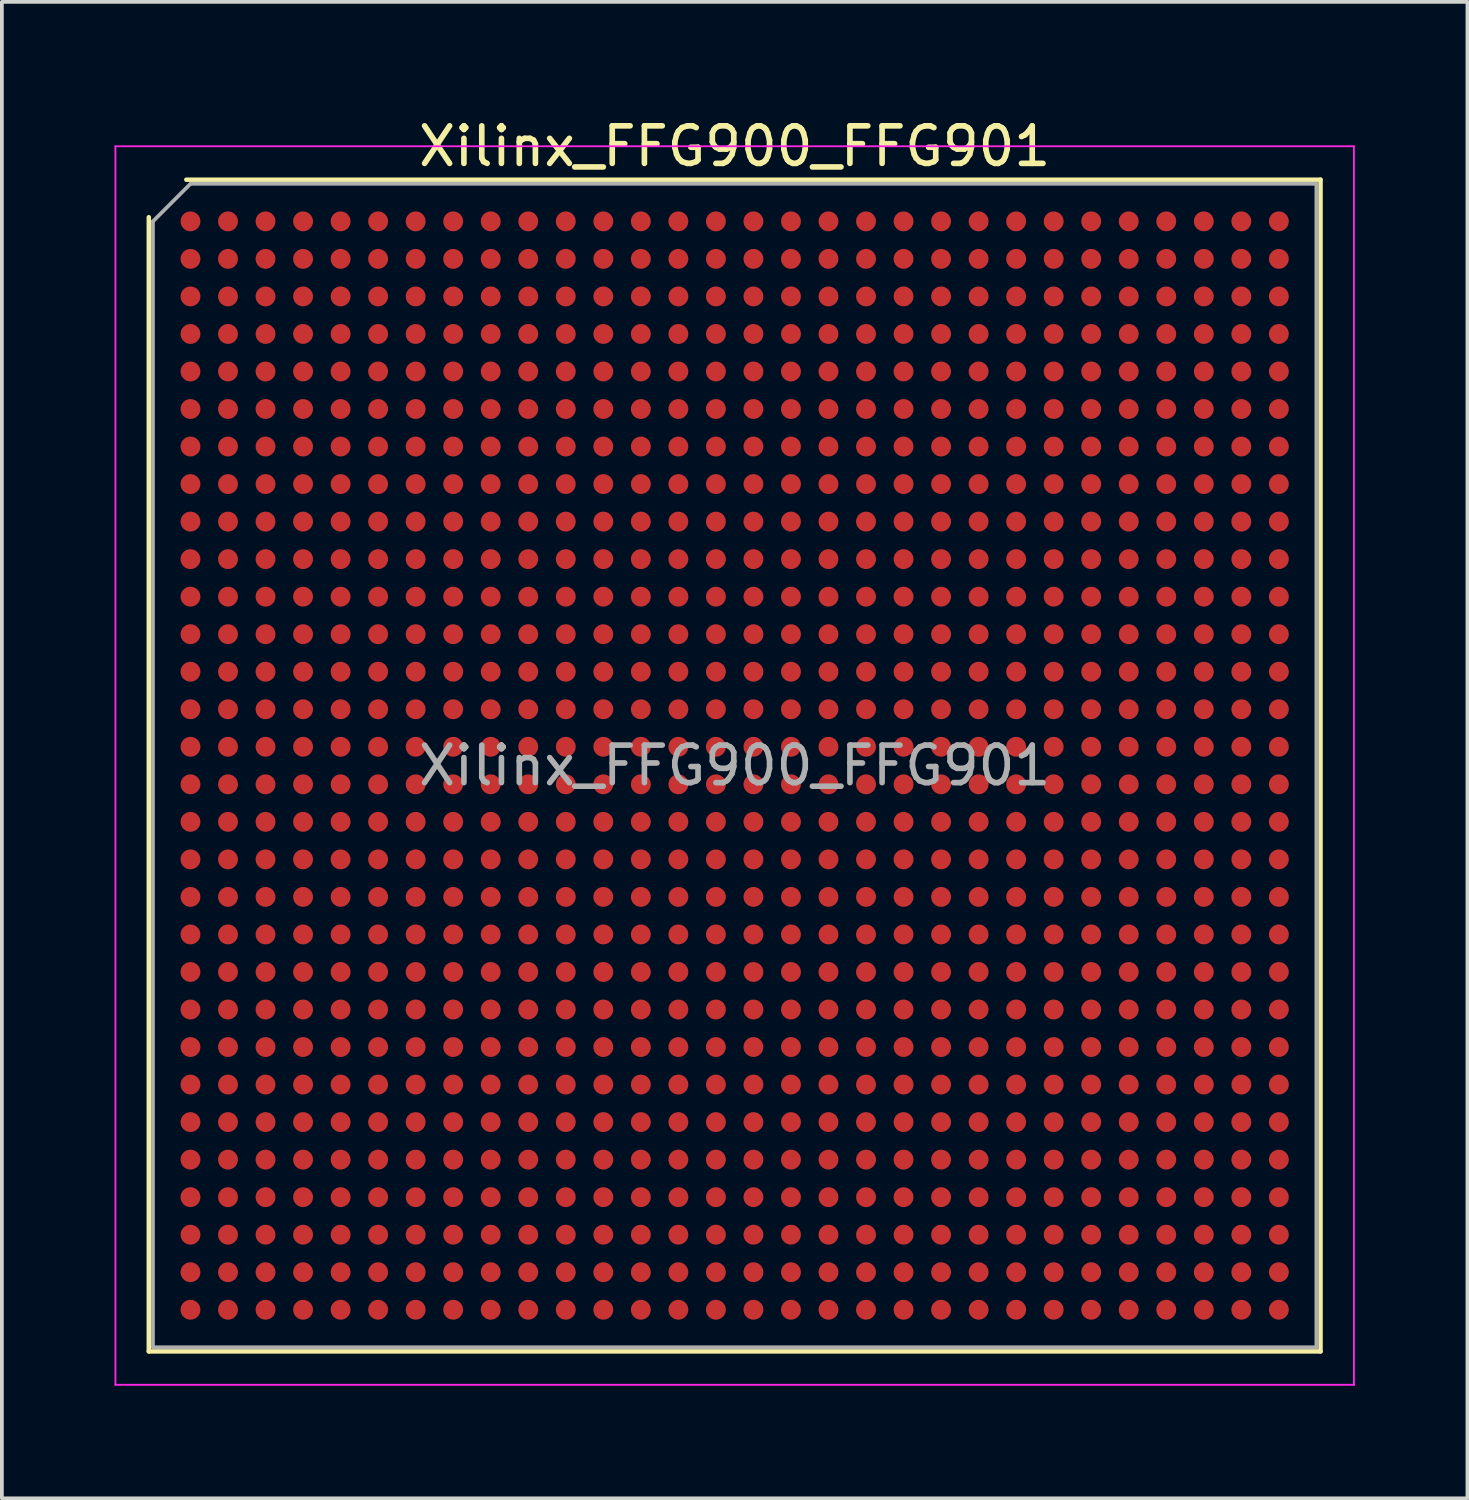
<source format=kicad_pcb>
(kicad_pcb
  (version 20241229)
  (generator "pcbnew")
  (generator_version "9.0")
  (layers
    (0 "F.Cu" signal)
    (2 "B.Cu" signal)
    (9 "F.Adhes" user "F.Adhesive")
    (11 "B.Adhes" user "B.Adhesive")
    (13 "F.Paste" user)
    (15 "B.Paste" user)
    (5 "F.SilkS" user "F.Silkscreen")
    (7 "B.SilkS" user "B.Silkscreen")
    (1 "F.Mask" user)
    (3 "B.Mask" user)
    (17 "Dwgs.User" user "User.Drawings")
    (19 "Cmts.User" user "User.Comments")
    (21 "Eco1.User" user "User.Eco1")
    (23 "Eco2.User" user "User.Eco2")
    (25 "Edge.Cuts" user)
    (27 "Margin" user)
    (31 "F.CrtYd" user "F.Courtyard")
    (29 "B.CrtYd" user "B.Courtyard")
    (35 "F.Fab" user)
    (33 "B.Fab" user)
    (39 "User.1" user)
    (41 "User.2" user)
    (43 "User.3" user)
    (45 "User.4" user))
  (footprint "Xilinx_FFG900_FFG901"
    (layer "F.Cu")
    (at 16.525 17.348)
    (property "Reference" "Xilinx_FFG900_FFG901" (at 0 -16.5 0) (layer "F.SilkS") (effects (font (size 1 1) (thickness 0.15))))
    (attr smd)
    (fp_line (start -15.61 15.61) (end -15.61 -14.61) (stroke (width 0.12) (type solid)) (layer "F.SilkS"))
    (fp_line (start -14.61 -15.61) (end 15.61 -15.61) (stroke (width 0.12) (type solid)) (layer "F.SilkS"))
    (fp_line (start 15.61 -15.61) (end 15.61 15.61) (stroke (width 0.12) (type solid)) (layer "F.SilkS"))
    (fp_line (start 15.61 15.61) (end -15.61 15.61) (stroke (width 0.12) (type solid)) (layer "F.SilkS"))
    (fp_line (start -16.5 -16.5) (end -16.5 16.5) (stroke (width 0.05) (type solid)) (layer "F.CrtYd"))
    (fp_line (start -16.5 16.5) (end 16.5 16.5) (stroke (width 0.05) (type solid)) (layer "F.CrtYd"))
    (fp_line (start 16.5 -16.5) (end -16.5 -16.5) (stroke (width 0.05) (type solid)) (layer "F.CrtYd"))
    (fp_line (start 16.5 16.5) (end 16.5 -16.5) (stroke (width 0.05) (type solid)) (layer "F.CrtYd"))
    (fp_line (start -15.5 -14.5) (end -14.5 -15.5) (stroke (width 0.1) (type solid)) (layer "F.Fab"))
    (fp_line (start -15.5 15.5) (end -15.5 -14.5) (stroke (width 0.1) (type solid)) (layer "F.Fab"))
    (fp_line (start -14.5 -15.5) (end 15.5 -15.5) (stroke (width 0.1) (type solid)) (layer "F.Fab"))
    (fp_line (start 15.5 -15.5) (end 15.5 15.5) (stroke (width 0.1) (type solid)) (layer "F.Fab"))
    (fp_line (start 15.5 15.5) (end -15.5 15.5) (stroke (width 0.1) (type solid)) (layer "F.Fab"))
    (fp_text user "${REFERENCE}" (at 0 0 0) (layer "F.Fab") (effects (font (size 1 1) (thickness 0.15))))
    (pad "A1" smd circle (at -14.5 -14.5) (size 0.53 0.53) (layers "F.Cu" "F.Mask" "F.Paste"))
    (pad "A2" smd circle (at -13.5 -14.5) (size 0.53 0.53) (layers "F.Cu" "F.Mask" "F.Paste"))
    (pad "A3" smd circle (at -12.5 -14.5) (size 0.53 0.53) (layers "F.Cu" "F.Mask" "F.Paste"))
    (pad "A4" smd circle (at -11.5 -14.5) (size 0.53 0.53) (layers "F.Cu" "F.Mask" "F.Paste"))
    (pad "A5" smd circle (at -10.5 -14.5) (size 0.53 0.53) (layers "F.Cu" "F.Mask" "F.Paste"))
    (pad "A6" smd circle (at -9.5 -14.5) (size 0.53 0.53) (layers "F.Cu" "F.Mask" "F.Paste"))
    (pad "A7" smd circle (at -8.5 -14.5) (size 0.53 0.53) (layers "F.Cu" "F.Mask" "F.Paste"))
    (pad "A8" smd circle (at -7.5 -14.5) (size 0.53 0.53) (layers "F.Cu" "F.Mask" "F.Paste"))
    (pad "A9" smd circle (at -6.5 -14.5) (size 0.53 0.53) (layers "F.Cu" "F.Mask" "F.Paste"))
    (pad "A10" smd circle (at -5.5 -14.5) (size 0.53 0.53) (layers "F.Cu" "F.Mask" "F.Paste"))
    (pad "A11" smd circle (at -4.5 -14.5) (size 0.53 0.53) (layers "F.Cu" "F.Mask" "F.Paste"))
    (pad "A12" smd circle (at -3.5 -14.5) (size 0.53 0.53) (layers "F.Cu" "F.Mask" "F.Paste"))
    (pad "A13" smd circle (at -2.5 -14.5) (size 0.53 0.53) (layers "F.Cu" "F.Mask" "F.Paste"))
    (pad "A14" smd circle (at -1.5 -14.5) (size 0.53 0.53) (layers "F.Cu" "F.Mask" "F.Paste"))
    (pad "A15" smd circle (at -0.5 -14.5) (size 0.53 0.53) (layers "F.Cu" "F.Mask" "F.Paste"))
    (pad "A16" smd circle (at 0.5 -14.5) (size 0.53 0.53) (layers "F.Cu" "F.Mask" "F.Paste"))
    (pad "A17" smd circle (at 1.5 -14.5) (size 0.53 0.53) (layers "F.Cu" "F.Mask" "F.Paste"))
    (pad "A18" smd circle (at 2.5 -14.5) (size 0.53 0.53) (layers "F.Cu" "F.Mask" "F.Paste"))
    (pad "A19" smd circle (at 3.5 -14.5) (size 0.53 0.53) (layers "F.Cu" "F.Mask" "F.Paste"))
    (pad "A20" smd circle (at 4.5 -14.5) (size 0.53 0.53) (layers "F.Cu" "F.Mask" "F.Paste"))
    (pad "A21" smd circle (at 5.5 -14.5) (size 0.53 0.53) (layers "F.Cu" "F.Mask" "F.Paste"))
    (pad "A22" smd circle (at 6.5 -14.5) (size 0.53 0.53) (layers "F.Cu" "F.Mask" "F.Paste"))
    (pad "A23" smd circle (at 7.5 -14.5) (size 0.53 0.53) (layers "F.Cu" "F.Mask" "F.Paste"))
    (pad "A24" smd circle (at 8.5 -14.5) (size 0.53 0.53) (layers "F.Cu" "F.Mask" "F.Paste"))
    (pad "A25" smd circle (at 9.5 -14.5) (size 0.53 0.53) (layers "F.Cu" "F.Mask" "F.Paste"))
    (pad "A26" smd circle (at 10.5 -14.5) (size 0.53 0.53) (layers "F.Cu" "F.Mask" "F.Paste"))
    (pad "A27" smd circle (at 11.5 -14.5) (size 0.53 0.53) (layers "F.Cu" "F.Mask" "F.Paste"))
    (pad "A28" smd circle (at 12.5 -14.5) (size 0.53 0.53) (layers "F.Cu" "F.Mask" "F.Paste"))
    (pad "A29" smd circle (at 13.5 -14.5) (size 0.53 0.53) (layers "F.Cu" "F.Mask" "F.Paste"))
    (pad "A30" smd circle (at 14.5 -14.5) (size 0.53 0.53) (layers "F.Cu" "F.Mask" "F.Paste"))
    (pad "AA1" smd circle (at -14.5 5.5) (size 0.53 0.53) (layers "F.Cu" "F.Mask" "F.Paste"))
    (pad "AA2" smd circle (at -13.5 5.5) (size 0.53 0.53) (layers "F.Cu" "F.Mask" "F.Paste"))
    (pad "AA3" smd circle (at -12.5 5.5) (size 0.53 0.53) (layers "F.Cu" "F.Mask" "F.Paste"))
    (pad "AA4" smd circle (at -11.5 5.5) (size 0.53 0.53) (layers "F.Cu" "F.Mask" "F.Paste"))
    (pad "AA5" smd circle (at -10.5 5.5) (size 0.53 0.53) (layers "F.Cu" "F.Mask" "F.Paste"))
    (pad "AA6" smd circle (at -9.5 5.5) (size 0.53 0.53) (layers "F.Cu" "F.Mask" "F.Paste"))
    (pad "AA7" smd circle (at -8.5 5.5) (size 0.53 0.53) (layers "F.Cu" "F.Mask" "F.Paste"))
    (pad "AA8" smd circle (at -7.5 5.5) (size 0.53 0.53) (layers "F.Cu" "F.Mask" "F.Paste"))
    (pad "AA9" smd circle (at -6.5 5.5) (size 0.53 0.53) (layers "F.Cu" "F.Mask" "F.Paste"))
    (pad "AA10" smd circle (at -5.5 5.5) (size 0.53 0.53) (layers "F.Cu" "F.Mask" "F.Paste"))
    (pad "AA11" smd circle (at -4.5 5.5) (size 0.53 0.53) (layers "F.Cu" "F.Mask" "F.Paste"))
    (pad "AA12" smd circle (at -3.5 5.5) (size 0.53 0.53) (layers "F.Cu" "F.Mask" "F.Paste"))
    (pad "AA13" smd circle (at -2.5 5.5) (size 0.53 0.53) (layers "F.Cu" "F.Mask" "F.Paste"))
    (pad "AA14" smd circle (at -1.5 5.5) (size 0.53 0.53) (layers "F.Cu" "F.Mask" "F.Paste"))
    (pad "AA15" smd circle (at -0.5 5.5) (size 0.53 0.53) (layers "F.Cu" "F.Mask" "F.Paste"))
    (pad "AA16" smd circle (at 0.5 5.5) (size 0.53 0.53) (layers "F.Cu" "F.Mask" "F.Paste"))
    (pad "AA17" smd circle (at 1.5 5.5) (size 0.53 0.53) (layers "F.Cu" "F.Mask" "F.Paste"))
    (pad "AA18" smd circle (at 2.5 5.5) (size 0.53 0.53) (layers "F.Cu" "F.Mask" "F.Paste"))
    (pad "AA19" smd circle (at 3.5 5.5) (size 0.53 0.53) (layers "F.Cu" "F.Mask" "F.Paste"))
    (pad "AA20" smd circle (at 4.5 5.5) (size 0.53 0.53) (layers "F.Cu" "F.Mask" "F.Paste"))
    (pad "AA21" smd circle (at 5.5 5.5) (size 0.53 0.53) (layers "F.Cu" "F.Mask" "F.Paste"))
    (pad "AA22" smd circle (at 6.5 5.5) (size 0.53 0.53) (layers "F.Cu" "F.Mask" "F.Paste"))
    (pad "AA23" smd circle (at 7.5 5.5) (size 0.53 0.53) (layers "F.Cu" "F.Mask" "F.Paste"))
    (pad "AA24" smd circle (at 8.5 5.5) (size 0.53 0.53) (layers "F.Cu" "F.Mask" "F.Paste"))
    (pad "AA25" smd circle (at 9.5 5.5) (size 0.53 0.53) (layers "F.Cu" "F.Mask" "F.Paste"))
    (pad "AA26" smd circle (at 10.5 5.5) (size 0.53 0.53) (layers "F.Cu" "F.Mask" "F.Paste"))
    (pad "AA27" smd circle (at 11.5 5.5) (size 0.53 0.53) (layers "F.Cu" "F.Mask" "F.Paste"))
    (pad "AA28" smd circle (at 12.5 5.5) (size 0.53 0.53) (layers "F.Cu" "F.Mask" "F.Paste"))
    (pad "AA29" smd circle (at 13.5 5.5) (size 0.53 0.53) (layers "F.Cu" "F.Mask" "F.Paste"))
    (pad "AA30" smd circle (at 14.5 5.5) (size 0.53 0.53) (layers "F.Cu" "F.Mask" "F.Paste"))
    (pad "AB1" smd circle (at -14.5 6.5) (size 0.53 0.53) (layers "F.Cu" "F.Mask" "F.Paste"))
    (pad "AB2" smd circle (at -13.5 6.5) (size 0.53 0.53) (layers "F.Cu" "F.Mask" "F.Paste"))
    (pad "AB3" smd circle (at -12.5 6.5) (size 0.53 0.53) (layers "F.Cu" "F.Mask" "F.Paste"))
    (pad "AB4" smd circle (at -11.5 6.5) (size 0.53 0.53) (layers "F.Cu" "F.Mask" "F.Paste"))
    (pad "AB5" smd circle (at -10.5 6.5) (size 0.53 0.53) (layers "F.Cu" "F.Mask" "F.Paste"))
    (pad "AB6" smd circle (at -9.5 6.5) (size 0.53 0.53) (layers "F.Cu" "F.Mask" "F.Paste"))
    (pad "AB7" smd circle (at -8.5 6.5) (size 0.53 0.53) (layers "F.Cu" "F.Mask" "F.Paste"))
    (pad "AB8" smd circle (at -7.5 6.5) (size 0.53 0.53) (layers "F.Cu" "F.Mask" "F.Paste"))
    (pad "AB9" smd circle (at -6.5 6.5) (size 0.53 0.53) (layers "F.Cu" "F.Mask" "F.Paste"))
    (pad "AB10" smd circle (at -5.5 6.5) (size 0.53 0.53) (layers "F.Cu" "F.Mask" "F.Paste"))
    (pad "AB11" smd circle (at -4.5 6.5) (size 0.53 0.53) (layers "F.Cu" "F.Mask" "F.Paste"))
    (pad "AB12" smd circle (at -3.5 6.5) (size 0.53 0.53) (layers "F.Cu" "F.Mask" "F.Paste"))
    (pad "AB13" smd circle (at -2.5 6.5) (size 0.53 0.53) (layers "F.Cu" "F.Mask" "F.Paste"))
    (pad "AB14" smd circle (at -1.5 6.5) (size 0.53 0.53) (layers "F.Cu" "F.Mask" "F.Paste"))
    (pad "AB15" smd circle (at -0.5 6.5) (size 0.53 0.53) (layers "F.Cu" "F.Mask" "F.Paste"))
    (pad "AB16" smd circle (at 0.5 6.5) (size 0.53 0.53) (layers "F.Cu" "F.Mask" "F.Paste"))
    (pad "AB17" smd circle (at 1.5 6.5) (size 0.53 0.53) (layers "F.Cu" "F.Mask" "F.Paste"))
    (pad "AB18" smd circle (at 2.5 6.5) (size 0.53 0.53) (layers "F.Cu" "F.Mask" "F.Paste"))
    (pad "AB19" smd circle (at 3.5 6.5) (size 0.53 0.53) (layers "F.Cu" "F.Mask" "F.Paste"))
    (pad "AB20" smd circle (at 4.5 6.5) (size 0.53 0.53) (layers "F.Cu" "F.Mask" "F.Paste"))
    (pad "AB21" smd circle (at 5.5 6.5) (size 0.53 0.53) (layers "F.Cu" "F.Mask" "F.Paste"))
    (pad "AB22" smd circle (at 6.5 6.5) (size 0.53 0.53) (layers "F.Cu" "F.Mask" "F.Paste"))
    (pad "AB23" smd circle (at 7.5 6.5) (size 0.53 0.53) (layers "F.Cu" "F.Mask" "F.Paste"))
    (pad "AB24" smd circle (at 8.5 6.5) (size 0.53 0.53) (layers "F.Cu" "F.Mask" "F.Paste"))
    (pad "AB25" smd circle (at 9.5 6.5) (size 0.53 0.53) (layers "F.Cu" "F.Mask" "F.Paste"))
    (pad "AB26" smd circle (at 10.5 6.5) (size 0.53 0.53) (layers "F.Cu" "F.Mask" "F.Paste"))
    (pad "AB27" smd circle (at 11.5 6.5) (size 0.53 0.53) (layers "F.Cu" "F.Mask" "F.Paste"))
    (pad "AB28" smd circle (at 12.5 6.5) (size 0.53 0.53) (layers "F.Cu" "F.Mask" "F.Paste"))
    (pad "AB29" smd circle (at 13.5 6.5) (size 0.53 0.53) (layers "F.Cu" "F.Mask" "F.Paste"))
    (pad "AB30" smd circle (at 14.5 6.5) (size 0.53 0.53) (layers "F.Cu" "F.Mask" "F.Paste"))
    (pad "AC1" smd circle (at -14.5 7.5) (size 0.53 0.53) (layers "F.Cu" "F.Mask" "F.Paste"))
    (pad "AC2" smd circle (at -13.5 7.5) (size 0.53 0.53) (layers "F.Cu" "F.Mask" "F.Paste"))
    (pad "AC3" smd circle (at -12.5 7.5) (size 0.53 0.53) (layers "F.Cu" "F.Mask" "F.Paste"))
    (pad "AC4" smd circle (at -11.5 7.5) (size 0.53 0.53) (layers "F.Cu" "F.Mask" "F.Paste"))
    (pad "AC5" smd circle (at -10.5 7.5) (size 0.53 0.53) (layers "F.Cu" "F.Mask" "F.Paste"))
    (pad "AC6" smd circle (at -9.5 7.5) (size 0.53 0.53) (layers "F.Cu" "F.Mask" "F.Paste"))
    (pad "AC7" smd circle (at -8.5 7.5) (size 0.53 0.53) (layers "F.Cu" "F.Mask" "F.Paste"))
    (pad "AC8" smd circle (at -7.5 7.5) (size 0.53 0.53) (layers "F.Cu" "F.Mask" "F.Paste"))
    (pad "AC9" smd circle (at -6.5 7.5) (size 0.53 0.53) (layers "F.Cu" "F.Mask" "F.Paste"))
    (pad "AC10" smd circle (at -5.5 7.5) (size 0.53 0.53) (layers "F.Cu" "F.Mask" "F.Paste"))
    (pad "AC11" smd circle (at -4.5 7.5) (size 0.53 0.53) (layers "F.Cu" "F.Mask" "F.Paste"))
    (pad "AC12" smd circle (at -3.5 7.5) (size 0.53 0.53) (layers "F.Cu" "F.Mask" "F.Paste"))
    (pad "AC13" smd circle (at -2.5 7.5) (size 0.53 0.53) (layers "F.Cu" "F.Mask" "F.Paste"))
    (pad "AC14" smd circle (at -1.5 7.5) (size 0.53 0.53) (layers "F.Cu" "F.Mask" "F.Paste"))
    (pad "AC15" smd circle (at -0.5 7.5) (size 0.53 0.53) (layers "F.Cu" "F.Mask" "F.Paste"))
    (pad "AC16" smd circle (at 0.5 7.5) (size 0.53 0.53) (layers "F.Cu" "F.Mask" "F.Paste"))
    (pad "AC17" smd circle (at 1.5 7.5) (size 0.53 0.53) (layers "F.Cu" "F.Mask" "F.Paste"))
    (pad "AC18" smd circle (at 2.5 7.5) (size 0.53 0.53) (layers "F.Cu" "F.Mask" "F.Paste"))
    (pad "AC19" smd circle (at 3.5 7.5) (size 0.53 0.53) (layers "F.Cu" "F.Mask" "F.Paste"))
    (pad "AC20" smd circle (at 4.5 7.5) (size 0.53 0.53) (layers "F.Cu" "F.Mask" "F.Paste"))
    (pad "AC21" smd circle (at 5.5 7.5) (size 0.53 0.53) (layers "F.Cu" "F.Mask" "F.Paste"))
    (pad "AC22" smd circle (at 6.5 7.5) (size 0.53 0.53) (layers "F.Cu" "F.Mask" "F.Paste"))
    (pad "AC23" smd circle (at 7.5 7.5) (size 0.53 0.53) (layers "F.Cu" "F.Mask" "F.Paste"))
    (pad "AC24" smd circle (at 8.5 7.5) (size 0.53 0.53) (layers "F.Cu" "F.Mask" "F.Paste"))
    (pad "AC25" smd circle (at 9.5 7.5) (size 0.53 0.53) (layers "F.Cu" "F.Mask" "F.Paste"))
    (pad "AC26" smd circle (at 10.5 7.5) (size 0.53 0.53) (layers "F.Cu" "F.Mask" "F.Paste"))
    (pad "AC27" smd circle (at 11.5 7.5) (size 0.53 0.53) (layers "F.Cu" "F.Mask" "F.Paste"))
    (pad "AC28" smd circle (at 12.5 7.5) (size 0.53 0.53) (layers "F.Cu" "F.Mask" "F.Paste"))
    (pad "AC29" smd circle (at 13.5 7.5) (size 0.53 0.53) (layers "F.Cu" "F.Mask" "F.Paste"))
    (pad "AC30" smd circle (at 14.5 7.5) (size 0.53 0.53) (layers "F.Cu" "F.Mask" "F.Paste"))
    (pad "AD1" smd circle (at -14.5 8.5) (size 0.53 0.53) (layers "F.Cu" "F.Mask" "F.Paste"))
    (pad "AD2" smd circle (at -13.5 8.5) (size 0.53 0.53) (layers "F.Cu" "F.Mask" "F.Paste"))
    (pad "AD3" smd circle (at -12.5 8.5) (size 0.53 0.53) (layers "F.Cu" "F.Mask" "F.Paste"))
    (pad "AD4" smd circle (at -11.5 8.5) (size 0.53 0.53) (layers "F.Cu" "F.Mask" "F.Paste"))
    (pad "AD5" smd circle (at -10.5 8.5) (size 0.53 0.53) (layers "F.Cu" "F.Mask" "F.Paste"))
    (pad "AD6" smd circle (at -9.5 8.5) (size 0.53 0.53) (layers "F.Cu" "F.Mask" "F.Paste"))
    (pad "AD7" smd circle (at -8.5 8.5) (size 0.53 0.53) (layers "F.Cu" "F.Mask" "F.Paste"))
    (pad "AD8" smd circle (at -7.5 8.5) (size 0.53 0.53) (layers "F.Cu" "F.Mask" "F.Paste"))
    (pad "AD9" smd circle (at -6.5 8.5) (size 0.53 0.53) (layers "F.Cu" "F.Mask" "F.Paste"))
    (pad "AD10" smd circle (at -5.5 8.5) (size 0.53 0.53) (layers "F.Cu" "F.Mask" "F.Paste"))
    (pad "AD11" smd circle (at -4.5 8.5) (size 0.53 0.53) (layers "F.Cu" "F.Mask" "F.Paste"))
    (pad "AD12" smd circle (at -3.5 8.5) (size 0.53 0.53) (layers "F.Cu" "F.Mask" "F.Paste"))
    (pad "AD13" smd circle (at -2.5 8.5) (size 0.53 0.53) (layers "F.Cu" "F.Mask" "F.Paste"))
    (pad "AD14" smd circle (at -1.5 8.5) (size 0.53 0.53) (layers "F.Cu" "F.Mask" "F.Paste"))
    (pad "AD15" smd circle (at -0.5 8.5) (size 0.53 0.53) (layers "F.Cu" "F.Mask" "F.Paste"))
    (pad "AD16" smd circle (at 0.5 8.5) (size 0.53 0.53) (layers "F.Cu" "F.Mask" "F.Paste"))
    (pad "AD17" smd circle (at 1.5 8.5) (size 0.53 0.53) (layers "F.Cu" "F.Mask" "F.Paste"))
    (pad "AD18" smd circle (at 2.5 8.5) (size 0.53 0.53) (layers "F.Cu" "F.Mask" "F.Paste"))
    (pad "AD19" smd circle (at 3.5 8.5) (size 0.53 0.53) (layers "F.Cu" "F.Mask" "F.Paste"))
    (pad "AD20" smd circle (at 4.5 8.5) (size 0.53 0.53) (layers "F.Cu" "F.Mask" "F.Paste"))
    (pad "AD21" smd circle (at 5.5 8.5) (size 0.53 0.53) (layers "F.Cu" "F.Mask" "F.Paste"))
    (pad "AD22" smd circle (at 6.5 8.5) (size 0.53 0.53) (layers "F.Cu" "F.Mask" "F.Paste"))
    (pad "AD23" smd circle (at 7.5 8.5) (size 0.53 0.53) (layers "F.Cu" "F.Mask" "F.Paste"))
    (pad "AD24" smd circle (at 8.5 8.5) (size 0.53 0.53) (layers "F.Cu" "F.Mask" "F.Paste"))
    (pad "AD25" smd circle (at 9.5 8.5) (size 0.53 0.53) (layers "F.Cu" "F.Mask" "F.Paste"))
    (pad "AD26" smd circle (at 10.5 8.5) (size 0.53 0.53) (layers "F.Cu" "F.Mask" "F.Paste"))
    (pad "AD27" smd circle (at 11.5 8.5) (size 0.53 0.53) (layers "F.Cu" "F.Mask" "F.Paste"))
    (pad "AD28" smd circle (at 12.5 8.5) (size 0.53 0.53) (layers "F.Cu" "F.Mask" "F.Paste"))
    (pad "AD29" smd circle (at 13.5 8.5) (size 0.53 0.53) (layers "F.Cu" "F.Mask" "F.Paste"))
    (pad "AD30" smd circle (at 14.5 8.5) (size 0.53 0.53) (layers "F.Cu" "F.Mask" "F.Paste"))
    (pad "AE1" smd circle (at -14.5 9.5) (size 0.53 0.53) (layers "F.Cu" "F.Mask" "F.Paste"))
    (pad "AE2" smd circle (at -13.5 9.5) (size 0.53 0.53) (layers "F.Cu" "F.Mask" "F.Paste"))
    (pad "AE3" smd circle (at -12.5 9.5) (size 0.53 0.53) (layers "F.Cu" "F.Mask" "F.Paste"))
    (pad "AE4" smd circle (at -11.5 9.5) (size 0.53 0.53) (layers "F.Cu" "F.Mask" "F.Paste"))
    (pad "AE5" smd circle (at -10.5 9.5) (size 0.53 0.53) (layers "F.Cu" "F.Mask" "F.Paste"))
    (pad "AE6" smd circle (at -9.5 9.5) (size 0.53 0.53) (layers "F.Cu" "F.Mask" "F.Paste"))
    (pad "AE7" smd circle (at -8.5 9.5) (size 0.53 0.53) (layers "F.Cu" "F.Mask" "F.Paste"))
    (pad "AE8" smd circle (at -7.5 9.5) (size 0.53 0.53) (layers "F.Cu" "F.Mask" "F.Paste"))
    (pad "AE9" smd circle (at -6.5 9.5) (size 0.53 0.53) (layers "F.Cu" "F.Mask" "F.Paste"))
    (pad "AE10" smd circle (at -5.5 9.5) (size 0.53 0.53) (layers "F.Cu" "F.Mask" "F.Paste"))
    (pad "AE11" smd circle (at -4.5 9.5) (size 0.53 0.53) (layers "F.Cu" "F.Mask" "F.Paste"))
    (pad "AE12" smd circle (at -3.5 9.5) (size 0.53 0.53) (layers "F.Cu" "F.Mask" "F.Paste"))
    (pad "AE13" smd circle (at -2.5 9.5) (size 0.53 0.53) (layers "F.Cu" "F.Mask" "F.Paste"))
    (pad "AE14" smd circle (at -1.5 9.5) (size 0.53 0.53) (layers "F.Cu" "F.Mask" "F.Paste"))
    (pad "AE15" smd circle (at -0.5 9.5) (size 0.53 0.53) (layers "F.Cu" "F.Mask" "F.Paste"))
    (pad "AE16" smd circle (at 0.5 9.5) (size 0.53 0.53) (layers "F.Cu" "F.Mask" "F.Paste"))
    (pad "AE17" smd circle (at 1.5 9.5) (size 0.53 0.53) (layers "F.Cu" "F.Mask" "F.Paste"))
    (pad "AE18" smd circle (at 2.5 9.5) (size 0.53 0.53) (layers "F.Cu" "F.Mask" "F.Paste"))
    (pad "AE19" smd circle (at 3.5 9.5) (size 0.53 0.53) (layers "F.Cu" "F.Mask" "F.Paste"))
    (pad "AE20" smd circle (at 4.5 9.5) (size 0.53 0.53) (layers "F.Cu" "F.Mask" "F.Paste"))
    (pad "AE21" smd circle (at 5.5 9.5) (size 0.53 0.53) (layers "F.Cu" "F.Mask" "F.Paste"))
    (pad "AE22" smd circle (at 6.5 9.5) (size 0.53 0.53) (layers "F.Cu" "F.Mask" "F.Paste"))
    (pad "AE23" smd circle (at 7.5 9.5) (size 0.53 0.53) (layers "F.Cu" "F.Mask" "F.Paste"))
    (pad "AE24" smd circle (at 8.5 9.5) (size 0.53 0.53) (layers "F.Cu" "F.Mask" "F.Paste"))
    (pad "AE25" smd circle (at 9.5 9.5) (size 0.53 0.53) (layers "F.Cu" "F.Mask" "F.Paste"))
    (pad "AE26" smd circle (at 10.5 9.5) (size 0.53 0.53) (layers "F.Cu" "F.Mask" "F.Paste"))
    (pad "AE27" smd circle (at 11.5 9.5) (size 0.53 0.53) (layers "F.Cu" "F.Mask" "F.Paste"))
    (pad "AE28" smd circle (at 12.5 9.5) (size 0.53 0.53) (layers "F.Cu" "F.Mask" "F.Paste"))
    (pad "AE29" smd circle (at 13.5 9.5) (size 0.53 0.53) (layers "F.Cu" "F.Mask" "F.Paste"))
    (pad "AE30" smd circle (at 14.5 9.5) (size 0.53 0.53) (layers "F.Cu" "F.Mask" "F.Paste"))
    (pad "AF1" smd circle (at -14.5 10.5) (size 0.53 0.53) (layers "F.Cu" "F.Mask" "F.Paste"))
    (pad "AF2" smd circle (at -13.5 10.5) (size 0.53 0.53) (layers "F.Cu" "F.Mask" "F.Paste"))
    (pad "AF3" smd circle (at -12.5 10.5) (size 0.53 0.53) (layers "F.Cu" "F.Mask" "F.Paste"))
    (pad "AF4" smd circle (at -11.5 10.5) (size 0.53 0.53) (layers "F.Cu" "F.Mask" "F.Paste"))
    (pad "AF5" smd circle (at -10.5 10.5) (size 0.53 0.53) (layers "F.Cu" "F.Mask" "F.Paste"))
    (pad "AF6" smd circle (at -9.5 10.5) (size 0.53 0.53) (layers "F.Cu" "F.Mask" "F.Paste"))
    (pad "AF7" smd circle (at -8.5 10.5) (size 0.53 0.53) (layers "F.Cu" "F.Mask" "F.Paste"))
    (pad "AF8" smd circle (at -7.5 10.5) (size 0.53 0.53) (layers "F.Cu" "F.Mask" "F.Paste"))
    (pad "AF9" smd circle (at -6.5 10.5) (size 0.53 0.53) (layers "F.Cu" "F.Mask" "F.Paste"))
    (pad "AF10" smd circle (at -5.5 10.5) (size 0.53 0.53) (layers "F.Cu" "F.Mask" "F.Paste"))
    (pad "AF11" smd circle (at -4.5 10.5) (size 0.53 0.53) (layers "F.Cu" "F.Mask" "F.Paste"))
    (pad "AF12" smd circle (at -3.5 10.5) (size 0.53 0.53) (layers "F.Cu" "F.Mask" "F.Paste"))
    (pad "AF13" smd circle (at -2.5 10.5) (size 0.53 0.53) (layers "F.Cu" "F.Mask" "F.Paste"))
    (pad "AF14" smd circle (at -1.5 10.5) (size 0.53 0.53) (layers "F.Cu" "F.Mask" "F.Paste"))
    (pad "AF15" smd circle (at -0.5 10.5) (size 0.53 0.53) (layers "F.Cu" "F.Mask" "F.Paste"))
    (pad "AF16" smd circle (at 0.5 10.5) (size 0.53 0.53) (layers "F.Cu" "F.Mask" "F.Paste"))
    (pad "AF17" smd circle (at 1.5 10.5) (size 0.53 0.53) (layers "F.Cu" "F.Mask" "F.Paste"))
    (pad "AF18" smd circle (at 2.5 10.5) (size 0.53 0.53) (layers "F.Cu" "F.Mask" "F.Paste"))
    (pad "AF19" smd circle (at 3.5 10.5) (size 0.53 0.53) (layers "F.Cu" "F.Mask" "F.Paste"))
    (pad "AF20" smd circle (at 4.5 10.5) (size 0.53 0.53) (layers "F.Cu" "F.Mask" "F.Paste"))
    (pad "AF21" smd circle (at 5.5 10.5) (size 0.53 0.53) (layers "F.Cu" "F.Mask" "F.Paste"))
    (pad "AF22" smd circle (at 6.5 10.5) (size 0.53 0.53) (layers "F.Cu" "F.Mask" "F.Paste"))
    (pad "AF23" smd circle (at 7.5 10.5) (size 0.53 0.53) (layers "F.Cu" "F.Mask" "F.Paste"))
    (pad "AF24" smd circle (at 8.5 10.5) (size 0.53 0.53) (layers "F.Cu" "F.Mask" "F.Paste"))
    (pad "AF25" smd circle (at 9.5 10.5) (size 0.53 0.53) (layers "F.Cu" "F.Mask" "F.Paste"))
    (pad "AF26" smd circle (at 10.5 10.5) (size 0.53 0.53) (layers "F.Cu" "F.Mask" "F.Paste"))
    (pad "AF27" smd circle (at 11.5 10.5) (size 0.53 0.53) (layers "F.Cu" "F.Mask" "F.Paste"))
    (pad "AF28" smd circle (at 12.5 10.5) (size 0.53 0.53) (layers "F.Cu" "F.Mask" "F.Paste"))
    (pad "AF29" smd circle (at 13.5 10.5) (size 0.53 0.53) (layers "F.Cu" "F.Mask" "F.Paste"))
    (pad "AF30" smd circle (at 14.5 10.5) (size 0.53 0.53) (layers "F.Cu" "F.Mask" "F.Paste"))
    (pad "AG1" smd circle (at -14.5 11.5) (size 0.53 0.53) (layers "F.Cu" "F.Mask" "F.Paste"))
    (pad "AG2" smd circle (at -13.5 11.5) (size 0.53 0.53) (layers "F.Cu" "F.Mask" "F.Paste"))
    (pad "AG3" smd circle (at -12.5 11.5) (size 0.53 0.53) (layers "F.Cu" "F.Mask" "F.Paste"))
    (pad "AG4" smd circle (at -11.5 11.5) (size 0.53 0.53) (layers "F.Cu" "F.Mask" "F.Paste"))
    (pad "AG5" smd circle (at -10.5 11.5) (size 0.53 0.53) (layers "F.Cu" "F.Mask" "F.Paste"))
    (pad "AG6" smd circle (at -9.5 11.5) (size 0.53 0.53) (layers "F.Cu" "F.Mask" "F.Paste"))
    (pad "AG7" smd circle (at -8.5 11.5) (size 0.53 0.53) (layers "F.Cu" "F.Mask" "F.Paste"))
    (pad "AG8" smd circle (at -7.5 11.5) (size 0.53 0.53) (layers "F.Cu" "F.Mask" "F.Paste"))
    (pad "AG9" smd circle (at -6.5 11.5) (size 0.53 0.53) (layers "F.Cu" "F.Mask" "F.Paste"))
    (pad "AG10" smd circle (at -5.5 11.5) (size 0.53 0.53) (layers "F.Cu" "F.Mask" "F.Paste"))
    (pad "AG11" smd circle (at -4.5 11.5) (size 0.53 0.53) (layers "F.Cu" "F.Mask" "F.Paste"))
    (pad "AG12" smd circle (at -3.5 11.5) (size 0.53 0.53) (layers "F.Cu" "F.Mask" "F.Paste"))
    (pad "AG13" smd circle (at -2.5 11.5) (size 0.53 0.53) (layers "F.Cu" "F.Mask" "F.Paste"))
    (pad "AG14" smd circle (at -1.5 11.5) (size 0.53 0.53) (layers "F.Cu" "F.Mask" "F.Paste"))
    (pad "AG15" smd circle (at -0.5 11.5) (size 0.53 0.53) (layers "F.Cu" "F.Mask" "F.Paste"))
    (pad "AG16" smd circle (at 0.5 11.5) (size 0.53 0.53) (layers "F.Cu" "F.Mask" "F.Paste"))
    (pad "AG17" smd circle (at 1.5 11.5) (size 0.53 0.53) (layers "F.Cu" "F.Mask" "F.Paste"))
    (pad "AG18" smd circle (at 2.5 11.5) (size 0.53 0.53) (layers "F.Cu" "F.Mask" "F.Paste"))
    (pad "AG19" smd circle (at 3.5 11.5) (size 0.53 0.53) (layers "F.Cu" "F.Mask" "F.Paste"))
    (pad "AG20" smd circle (at 4.5 11.5) (size 0.53 0.53) (layers "F.Cu" "F.Mask" "F.Paste"))
    (pad "AG21" smd circle (at 5.5 11.5) (size 0.53 0.53) (layers "F.Cu" "F.Mask" "F.Paste"))
    (pad "AG22" smd circle (at 6.5 11.5) (size 0.53 0.53) (layers "F.Cu" "F.Mask" "F.Paste"))
    (pad "AG23" smd circle (at 7.5 11.5) (size 0.53 0.53) (layers "F.Cu" "F.Mask" "F.Paste"))
    (pad "AG24" smd circle (at 8.5 11.5) (size 0.53 0.53) (layers "F.Cu" "F.Mask" "F.Paste"))
    (pad "AG25" smd circle (at 9.5 11.5) (size 0.53 0.53) (layers "F.Cu" "F.Mask" "F.Paste"))
    (pad "AG26" smd circle (at 10.5 11.5) (size 0.53 0.53) (layers "F.Cu" "F.Mask" "F.Paste"))
    (pad "AG27" smd circle (at 11.5 11.5) (size 0.53 0.53) (layers "F.Cu" "F.Mask" "F.Paste"))
    (pad "AG28" smd circle (at 12.5 11.5) (size 0.53 0.53) (layers "F.Cu" "F.Mask" "F.Paste"))
    (pad "AG29" smd circle (at 13.5 11.5) (size 0.53 0.53) (layers "F.Cu" "F.Mask" "F.Paste"))
    (pad "AG30" smd circle (at 14.5 11.5) (size 0.53 0.53) (layers "F.Cu" "F.Mask" "F.Paste"))
    (pad "AH1" smd circle (at -14.5 12.5) (size 0.53 0.53) (layers "F.Cu" "F.Mask" "F.Paste"))
    (pad "AH2" smd circle (at -13.5 12.5) (size 0.53 0.53) (layers "F.Cu" "F.Mask" "F.Paste"))
    (pad "AH3" smd circle (at -12.5 12.5) (size 0.53 0.53) (layers "F.Cu" "F.Mask" "F.Paste"))
    (pad "AH4" smd circle (at -11.5 12.5) (size 0.53 0.53) (layers "F.Cu" "F.Mask" "F.Paste"))
    (pad "AH5" smd circle (at -10.5 12.5) (size 0.53 0.53) (layers "F.Cu" "F.Mask" "F.Paste"))
    (pad "AH6" smd circle (at -9.5 12.5) (size 0.53 0.53) (layers "F.Cu" "F.Mask" "F.Paste"))
    (pad "AH7" smd circle (at -8.5 12.5) (size 0.53 0.53) (layers "F.Cu" "F.Mask" "F.Paste"))
    (pad "AH8" smd circle (at -7.5 12.5) (size 0.53 0.53) (layers "F.Cu" "F.Mask" "F.Paste"))
    (pad "AH9" smd circle (at -6.5 12.5) (size 0.53 0.53) (layers "F.Cu" "F.Mask" "F.Paste"))
    (pad "AH10" smd circle (at -5.5 12.5) (size 0.53 0.53) (layers "F.Cu" "F.Mask" "F.Paste"))
    (pad "AH11" smd circle (at -4.5 12.5) (size 0.53 0.53) (layers "F.Cu" "F.Mask" "F.Paste"))
    (pad "AH12" smd circle (at -3.5 12.5) (size 0.53 0.53) (layers "F.Cu" "F.Mask" "F.Paste"))
    (pad "AH13" smd circle (at -2.5 12.5) (size 0.53 0.53) (layers "F.Cu" "F.Mask" "F.Paste"))
    (pad "AH14" smd circle (at -1.5 12.5) (size 0.53 0.53) (layers "F.Cu" "F.Mask" "F.Paste"))
    (pad "AH15" smd circle (at -0.5 12.5) (size 0.53 0.53) (layers "F.Cu" "F.Mask" "F.Paste"))
    (pad "AH16" smd circle (at 0.5 12.5) (size 0.53 0.53) (layers "F.Cu" "F.Mask" "F.Paste"))
    (pad "AH17" smd circle (at 1.5 12.5) (size 0.53 0.53) (layers "F.Cu" "F.Mask" "F.Paste"))
    (pad "AH18" smd circle (at 2.5 12.5) (size 0.53 0.53) (layers "F.Cu" "F.Mask" "F.Paste"))
    (pad "AH19" smd circle (at 3.5 12.5) (size 0.53 0.53) (layers "F.Cu" "F.Mask" "F.Paste"))
    (pad "AH20" smd circle (at 4.5 12.5) (size 0.53 0.53) (layers "F.Cu" "F.Mask" "F.Paste"))
    (pad "AH21" smd circle (at 5.5 12.5) (size 0.53 0.53) (layers "F.Cu" "F.Mask" "F.Paste"))
    (pad "AH22" smd circle (at 6.5 12.5) (size 0.53 0.53) (layers "F.Cu" "F.Mask" "F.Paste"))
    (pad "AH23" smd circle (at 7.5 12.5) (size 0.53 0.53) (layers "F.Cu" "F.Mask" "F.Paste"))
    (pad "AH24" smd circle (at 8.5 12.5) (size 0.53 0.53) (layers "F.Cu" "F.Mask" "F.Paste"))
    (pad "AH25" smd circle (at 9.5 12.5) (size 0.53 0.53) (layers "F.Cu" "F.Mask" "F.Paste"))
    (pad "AH26" smd circle (at 10.5 12.5) (size 0.53 0.53) (layers "F.Cu" "F.Mask" "F.Paste"))
    (pad "AH27" smd circle (at 11.5 12.5) (size 0.53 0.53) (layers "F.Cu" "F.Mask" "F.Paste"))
    (pad "AH28" smd circle (at 12.5 12.5) (size 0.53 0.53) (layers "F.Cu" "F.Mask" "F.Paste"))
    (pad "AH29" smd circle (at 13.5 12.5) (size 0.53 0.53) (layers "F.Cu" "F.Mask" "F.Paste"))
    (pad "AH30" smd circle (at 14.5 12.5) (size 0.53 0.53) (layers "F.Cu" "F.Mask" "F.Paste"))
    (pad "AJ1" smd circle (at -14.5 13.5) (size 0.53 0.53) (layers "F.Cu" "F.Mask" "F.Paste"))
    (pad "AJ2" smd circle (at -13.5 13.5) (size 0.53 0.53) (layers "F.Cu" "F.Mask" "F.Paste"))
    (pad "AJ3" smd circle (at -12.5 13.5) (size 0.53 0.53) (layers "F.Cu" "F.Mask" "F.Paste"))
    (pad "AJ4" smd circle (at -11.5 13.5) (size 0.53 0.53) (layers "F.Cu" "F.Mask" "F.Paste"))
    (pad "AJ5" smd circle (at -10.5 13.5) (size 0.53 0.53) (layers "F.Cu" "F.Mask" "F.Paste"))
    (pad "AJ6" smd circle (at -9.5 13.5) (size 0.53 0.53) (layers "F.Cu" "F.Mask" "F.Paste"))
    (pad "AJ7" smd circle (at -8.5 13.5) (size 0.53 0.53) (layers "F.Cu" "F.Mask" "F.Paste"))
    (pad "AJ8" smd circle (at -7.5 13.5) (size 0.53 0.53) (layers "F.Cu" "F.Mask" "F.Paste"))
    (pad "AJ9" smd circle (at -6.5 13.5) (size 0.53 0.53) (layers "F.Cu" "F.Mask" "F.Paste"))
    (pad "AJ10" smd circle (at -5.5 13.5) (size 0.53 0.53) (layers "F.Cu" "F.Mask" "F.Paste"))
    (pad "AJ11" smd circle (at -4.5 13.5) (size 0.53 0.53) (layers "F.Cu" "F.Mask" "F.Paste"))
    (pad "AJ12" smd circle (at -3.5 13.5) (size 0.53 0.53) (layers "F.Cu" "F.Mask" "F.Paste"))
    (pad "AJ13" smd circle (at -2.5 13.5) (size 0.53 0.53) (layers "F.Cu" "F.Mask" "F.Paste"))
    (pad "AJ14" smd circle (at -1.5 13.5) (size 0.53 0.53) (layers "F.Cu" "F.Mask" "F.Paste"))
    (pad "AJ15" smd circle (at -0.5 13.5) (size 0.53 0.53) (layers "F.Cu" "F.Mask" "F.Paste"))
    (pad "AJ16" smd circle (at 0.5 13.5) (size 0.53 0.53) (layers "F.Cu" "F.Mask" "F.Paste"))
    (pad "AJ17" smd circle (at 1.5 13.5) (size 0.53 0.53) (layers "F.Cu" "F.Mask" "F.Paste"))
    (pad "AJ18" smd circle (at 2.5 13.5) (size 0.53 0.53) (layers "F.Cu" "F.Mask" "F.Paste"))
    (pad "AJ19" smd circle (at 3.5 13.5) (size 0.53 0.53) (layers "F.Cu" "F.Mask" "F.Paste"))
    (pad "AJ20" smd circle (at 4.5 13.5) (size 0.53 0.53) (layers "F.Cu" "F.Mask" "F.Paste"))
    (pad "AJ21" smd circle (at 5.5 13.5) (size 0.53 0.53) (layers "F.Cu" "F.Mask" "F.Paste"))
    (pad "AJ22" smd circle (at 6.5 13.5) (size 0.53 0.53) (layers "F.Cu" "F.Mask" "F.Paste"))
    (pad "AJ23" smd circle (at 7.5 13.5) (size 0.53 0.53) (layers "F.Cu" "F.Mask" "F.Paste"))
    (pad "AJ24" smd circle (at 8.5 13.5) (size 0.53 0.53) (layers "F.Cu" "F.Mask" "F.Paste"))
    (pad "AJ25" smd circle (at 9.5 13.5) (size 0.53 0.53) (layers "F.Cu" "F.Mask" "F.Paste"))
    (pad "AJ26" smd circle (at 10.5 13.5) (size 0.53 0.53) (layers "F.Cu" "F.Mask" "F.Paste"))
    (pad "AJ27" smd circle (at 11.5 13.5) (size 0.53 0.53) (layers "F.Cu" "F.Mask" "F.Paste"))
    (pad "AJ28" smd circle (at 12.5 13.5) (size 0.53 0.53) (layers "F.Cu" "F.Mask" "F.Paste"))
    (pad "AJ29" smd circle (at 13.5 13.5) (size 0.53 0.53) (layers "F.Cu" "F.Mask" "F.Paste"))
    (pad "AJ30" smd circle (at 14.5 13.5) (size 0.53 0.53) (layers "F.Cu" "F.Mask" "F.Paste"))
    (pad "AK1" smd circle (at -14.5 14.5) (size 0.53 0.53) (layers "F.Cu" "F.Mask" "F.Paste"))
    (pad "AK2" smd circle (at -13.5 14.5) (size 0.53 0.53) (layers "F.Cu" "F.Mask" "F.Paste"))
    (pad "AK3" smd circle (at -12.5 14.5) (size 0.53 0.53) (layers "F.Cu" "F.Mask" "F.Paste"))
    (pad "AK4" smd circle (at -11.5 14.5) (size 0.53 0.53) (layers "F.Cu" "F.Mask" "F.Paste"))
    (pad "AK5" smd circle (at -10.5 14.5) (size 0.53 0.53) (layers "F.Cu" "F.Mask" "F.Paste"))
    (pad "AK6" smd circle (at -9.5 14.5) (size 0.53 0.53) (layers "F.Cu" "F.Mask" "F.Paste"))
    (pad "AK7" smd circle (at -8.5 14.5) (size 0.53 0.53) (layers "F.Cu" "F.Mask" "F.Paste"))
    (pad "AK8" smd circle (at -7.5 14.5) (size 0.53 0.53) (layers "F.Cu" "F.Mask" "F.Paste"))
    (pad "AK9" smd circle (at -6.5 14.5) (size 0.53 0.53) (layers "F.Cu" "F.Mask" "F.Paste"))
    (pad "AK10" smd circle (at -5.5 14.5) (size 0.53 0.53) (layers "F.Cu" "F.Mask" "F.Paste"))
    (pad "AK11" smd circle (at -4.5 14.5) (size 0.53 0.53) (layers "F.Cu" "F.Mask" "F.Paste"))
    (pad "AK12" smd circle (at -3.5 14.5) (size 0.53 0.53) (layers "F.Cu" "F.Mask" "F.Paste"))
    (pad "AK13" smd circle (at -2.5 14.5) (size 0.53 0.53) (layers "F.Cu" "F.Mask" "F.Paste"))
    (pad "AK14" smd circle (at -1.5 14.5) (size 0.53 0.53) (layers "F.Cu" "F.Mask" "F.Paste"))
    (pad "AK15" smd circle (at -0.5 14.5) (size 0.53 0.53) (layers "F.Cu" "F.Mask" "F.Paste"))
    (pad "AK16" smd circle (at 0.5 14.5) (size 0.53 0.53) (layers "F.Cu" "F.Mask" "F.Paste"))
    (pad "AK17" smd circle (at 1.5 14.5) (size 0.53 0.53) (layers "F.Cu" "F.Mask" "F.Paste"))
    (pad "AK18" smd circle (at 2.5 14.5) (size 0.53 0.53) (layers "F.Cu" "F.Mask" "F.Paste"))
    (pad "AK19" smd circle (at 3.5 14.5) (size 0.53 0.53) (layers "F.Cu" "F.Mask" "F.Paste"))
    (pad "AK20" smd circle (at 4.5 14.5) (size 0.53 0.53) (layers "F.Cu" "F.Mask" "F.Paste"))
    (pad "AK21" smd circle (at 5.5 14.5) (size 0.53 0.53) (layers "F.Cu" "F.Mask" "F.Paste"))
    (pad "AK22" smd circle (at 6.5 14.5) (size 0.53 0.53) (layers "F.Cu" "F.Mask" "F.Paste"))
    (pad "AK23" smd circle (at 7.5 14.5) (size 0.53 0.53) (layers "F.Cu" "F.Mask" "F.Paste"))
    (pad "AK24" smd circle (at 8.5 14.5) (size 0.53 0.53) (layers "F.Cu" "F.Mask" "F.Paste"))
    (pad "AK25" smd circle (at 9.5 14.5) (size 0.53 0.53) (layers "F.Cu" "F.Mask" "F.Paste"))
    (pad "AK26" smd circle (at 10.5 14.5) (size 0.53 0.53) (layers "F.Cu" "F.Mask" "F.Paste"))
    (pad "AK27" smd circle (at 11.5 14.5) (size 0.53 0.53) (layers "F.Cu" "F.Mask" "F.Paste"))
    (pad "AK28" smd circle (at 12.5 14.5) (size 0.53 0.53) (layers "F.Cu" "F.Mask" "F.Paste"))
    (pad "AK29" smd circle (at 13.5 14.5) (size 0.53 0.53) (layers "F.Cu" "F.Mask" "F.Paste"))
    (pad "AK30" smd circle (at 14.5 14.5) (size 0.53 0.53) (layers "F.Cu" "F.Mask" "F.Paste"))
    (pad "B1" smd circle (at -14.5 -13.5) (size 0.53 0.53) (layers "F.Cu" "F.Mask" "F.Paste"))
    (pad "B2" smd circle (at -13.5 -13.5) (size 0.53 0.53) (layers "F.Cu" "F.Mask" "F.Paste"))
    (pad "B3" smd circle (at -12.5 -13.5) (size 0.53 0.53) (layers "F.Cu" "F.Mask" "F.Paste"))
    (pad "B4" smd circle (at -11.5 -13.5) (size 0.53 0.53) (layers "F.Cu" "F.Mask" "F.Paste"))
    (pad "B5" smd circle (at -10.5 -13.5) (size 0.53 0.53) (layers "F.Cu" "F.Mask" "F.Paste"))
    (pad "B6" smd circle (at -9.5 -13.5) (size 0.53 0.53) (layers "F.Cu" "F.Mask" "F.Paste"))
    (pad "B7" smd circle (at -8.5 -13.5) (size 0.53 0.53) (layers "F.Cu" "F.Mask" "F.Paste"))
    (pad "B8" smd circle (at -7.5 -13.5) (size 0.53 0.53) (layers "F.Cu" "F.Mask" "F.Paste"))
    (pad "B9" smd circle (at -6.5 -13.5) (size 0.53 0.53) (layers "F.Cu" "F.Mask" "F.Paste"))
    (pad "B10" smd circle (at -5.5 -13.5) (size 0.53 0.53) (layers "F.Cu" "F.Mask" "F.Paste"))
    (pad "B11" smd circle (at -4.5 -13.5) (size 0.53 0.53) (layers "F.Cu" "F.Mask" "F.Paste"))
    (pad "B12" smd circle (at -3.5 -13.5) (size 0.53 0.53) (layers "F.Cu" "F.Mask" "F.Paste"))
    (pad "B13" smd circle (at -2.5 -13.5) (size 0.53 0.53) (layers "F.Cu" "F.Mask" "F.Paste"))
    (pad "B14" smd circle (at -1.5 -13.5) (size 0.53 0.53) (layers "F.Cu" "F.Mask" "F.Paste"))
    (pad "B15" smd circle (at -0.5 -13.5) (size 0.53 0.53) (layers "F.Cu" "F.Mask" "F.Paste"))
    (pad "B16" smd circle (at 0.5 -13.5) (size 0.53 0.53) (layers "F.Cu" "F.Mask" "F.Paste"))
    (pad "B17" smd circle (at 1.5 -13.5) (size 0.53 0.53) (layers "F.Cu" "F.Mask" "F.Paste"))
    (pad "B18" smd circle (at 2.5 -13.5) (size 0.53 0.53) (layers "F.Cu" "F.Mask" "F.Paste"))
    (pad "B19" smd circle (at 3.5 -13.5) (size 0.53 0.53) (layers "F.Cu" "F.Mask" "F.Paste"))
    (pad "B20" smd circle (at 4.5 -13.5) (size 0.53 0.53) (layers "F.Cu" "F.Mask" "F.Paste"))
    (pad "B21" smd circle (at 5.5 -13.5) (size 0.53 0.53) (layers "F.Cu" "F.Mask" "F.Paste"))
    (pad "B22" smd circle (at 6.5 -13.5) (size 0.53 0.53) (layers "F.Cu" "F.Mask" "F.Paste"))
    (pad "B23" smd circle (at 7.5 -13.5) (size 0.53 0.53) (layers "F.Cu" "F.Mask" "F.Paste"))
    (pad "B24" smd circle (at 8.5 -13.5) (size 0.53 0.53) (layers "F.Cu" "F.Mask" "F.Paste"))
    (pad "B25" smd circle (at 9.5 -13.5) (size 0.53 0.53) (layers "F.Cu" "F.Mask" "F.Paste"))
    (pad "B26" smd circle (at 10.5 -13.5) (size 0.53 0.53) (layers "F.Cu" "F.Mask" "F.Paste"))
    (pad "B27" smd circle (at 11.5 -13.5) (size 0.53 0.53) (layers "F.Cu" "F.Mask" "F.Paste"))
    (pad "B28" smd circle (at 12.5 -13.5) (size 0.53 0.53) (layers "F.Cu" "F.Mask" "F.Paste"))
    (pad "B29" smd circle (at 13.5 -13.5) (size 0.53 0.53) (layers "F.Cu" "F.Mask" "F.Paste"))
    (pad "B30" smd circle (at 14.5 -13.5) (size 0.53 0.53) (layers "F.Cu" "F.Mask" "F.Paste"))
    (pad "C1" smd circle (at -14.5 -12.5) (size 0.53 0.53) (layers "F.Cu" "F.Mask" "F.Paste"))
    (pad "C2" smd circle (at -13.5 -12.5) (size 0.53 0.53) (layers "F.Cu" "F.Mask" "F.Paste"))
    (pad "C3" smd circle (at -12.5 -12.5) (size 0.53 0.53) (layers "F.Cu" "F.Mask" "F.Paste"))
    (pad "C4" smd circle (at -11.5 -12.5) (size 0.53 0.53) (layers "F.Cu" "F.Mask" "F.Paste"))
    (pad "C5" smd circle (at -10.5 -12.5) (size 0.53 0.53) (layers "F.Cu" "F.Mask" "F.Paste"))
    (pad "C6" smd circle (at -9.5 -12.5) (size 0.53 0.53) (layers "F.Cu" "F.Mask" "F.Paste"))
    (pad "C7" smd circle (at -8.5 -12.5) (size 0.53 0.53) (layers "F.Cu" "F.Mask" "F.Paste"))
    (pad "C8" smd circle (at -7.5 -12.5) (size 0.53 0.53) (layers "F.Cu" "F.Mask" "F.Paste"))
    (pad "C9" smd circle (at -6.5 -12.5) (size 0.53 0.53) (layers "F.Cu" "F.Mask" "F.Paste"))
    (pad "C10" smd circle (at -5.5 -12.5) (size 0.53 0.53) (layers "F.Cu" "F.Mask" "F.Paste"))
    (pad "C11" smd circle (at -4.5 -12.5) (size 0.53 0.53) (layers "F.Cu" "F.Mask" "F.Paste"))
    (pad "C12" smd circle (at -3.5 -12.5) (size 0.53 0.53) (layers "F.Cu" "F.Mask" "F.Paste"))
    (pad "C13" smd circle (at -2.5 -12.5) (size 0.53 0.53) (layers "F.Cu" "F.Mask" "F.Paste"))
    (pad "C14" smd circle (at -1.5 -12.5) (size 0.53 0.53) (layers "F.Cu" "F.Mask" "F.Paste"))
    (pad "C15" smd circle (at -0.5 -12.5) (size 0.53 0.53) (layers "F.Cu" "F.Mask" "F.Paste"))
    (pad "C16" smd circle (at 0.5 -12.5) (size 0.53 0.53) (layers "F.Cu" "F.Mask" "F.Paste"))
    (pad "C17" smd circle (at 1.5 -12.5) (size 0.53 0.53) (layers "F.Cu" "F.Mask" "F.Paste"))
    (pad "C18" smd circle (at 2.5 -12.5) (size 0.53 0.53) (layers "F.Cu" "F.Mask" "F.Paste"))
    (pad "C19" smd circle (at 3.5 -12.5) (size 0.53 0.53) (layers "F.Cu" "F.Mask" "F.Paste"))
    (pad "C20" smd circle (at 4.5 -12.5) (size 0.53 0.53) (layers "F.Cu" "F.Mask" "F.Paste"))
    (pad "C21" smd circle (at 5.5 -12.5) (size 0.53 0.53) (layers "F.Cu" "F.Mask" "F.Paste"))
    (pad "C22" smd circle (at 6.5 -12.5) (size 0.53 0.53) (layers "F.Cu" "F.Mask" "F.Paste"))
    (pad "C23" smd circle (at 7.5 -12.5) (size 0.53 0.53) (layers "F.Cu" "F.Mask" "F.Paste"))
    (pad "C24" smd circle (at 8.5 -12.5) (size 0.53 0.53) (layers "F.Cu" "F.Mask" "F.Paste"))
    (pad "C25" smd circle (at 9.5 -12.5) (size 0.53 0.53) (layers "F.Cu" "F.Mask" "F.Paste"))
    (pad "C26" smd circle (at 10.5 -12.5) (size 0.53 0.53) (layers "F.Cu" "F.Mask" "F.Paste"))
    (pad "C27" smd circle (at 11.5 -12.5) (size 0.53 0.53) (layers "F.Cu" "F.Mask" "F.Paste"))
    (pad "C28" smd circle (at 12.5 -12.5) (size 0.53 0.53) (layers "F.Cu" "F.Mask" "F.Paste"))
    (pad "C29" smd circle (at 13.5 -12.5) (size 0.53 0.53) (layers "F.Cu" "F.Mask" "F.Paste"))
    (pad "C30" smd circle (at 14.5 -12.5) (size 0.53 0.53) (layers "F.Cu" "F.Mask" "F.Paste"))
    (pad "D1" smd circle (at -14.5 -11.5) (size 0.53 0.53) (layers "F.Cu" "F.Mask" "F.Paste"))
    (pad "D2" smd circle (at -13.5 -11.5) (size 0.53 0.53) (layers "F.Cu" "F.Mask" "F.Paste"))
    (pad "D3" smd circle (at -12.5 -11.5) (size 0.53 0.53) (layers "F.Cu" "F.Mask" "F.Paste"))
    (pad "D4" smd circle (at -11.5 -11.5) (size 0.53 0.53) (layers "F.Cu" "F.Mask" "F.Paste"))
    (pad "D5" smd circle (at -10.5 -11.5) (size 0.53 0.53) (layers "F.Cu" "F.Mask" "F.Paste"))
    (pad "D6" smd circle (at -9.5 -11.5) (size 0.53 0.53) (layers "F.Cu" "F.Mask" "F.Paste"))
    (pad "D7" smd circle (at -8.5 -11.5) (size 0.53 0.53) (layers "F.Cu" "F.Mask" "F.Paste"))
    (pad "D8" smd circle (at -7.5 -11.5) (size 0.53 0.53) (layers "F.Cu" "F.Mask" "F.Paste"))
    (pad "D9" smd circle (at -6.5 -11.5) (size 0.53 0.53) (layers "F.Cu" "F.Mask" "F.Paste"))
    (pad "D10" smd circle (at -5.5 -11.5) (size 0.53 0.53) (layers "F.Cu" "F.Mask" "F.Paste"))
    (pad "D11" smd circle (at -4.5 -11.5) (size 0.53 0.53) (layers "F.Cu" "F.Mask" "F.Paste"))
    (pad "D12" smd circle (at -3.5 -11.5) (size 0.53 0.53) (layers "F.Cu" "F.Mask" "F.Paste"))
    (pad "D13" smd circle (at -2.5 -11.5) (size 0.53 0.53) (layers "F.Cu" "F.Mask" "F.Paste"))
    (pad "D14" smd circle (at -1.5 -11.5) (size 0.53 0.53) (layers "F.Cu" "F.Mask" "F.Paste"))
    (pad "D15" smd circle (at -0.5 -11.5) (size 0.53 0.53) (layers "F.Cu" "F.Mask" "F.Paste"))
    (pad "D16" smd circle (at 0.5 -11.5) (size 0.53 0.53) (layers "F.Cu" "F.Mask" "F.Paste"))
    (pad "D17" smd circle (at 1.5 -11.5) (size 0.53 0.53) (layers "F.Cu" "F.Mask" "F.Paste"))
    (pad "D18" smd circle (at 2.5 -11.5) (size 0.53 0.53) (layers "F.Cu" "F.Mask" "F.Paste"))
    (pad "D19" smd circle (at 3.5 -11.5) (size 0.53 0.53) (layers "F.Cu" "F.Mask" "F.Paste"))
    (pad "D20" smd circle (at 4.5 -11.5) (size 0.53 0.53) (layers "F.Cu" "F.Mask" "F.Paste"))
    (pad "D21" smd circle (at 5.5 -11.5) (size 0.53 0.53) (layers "F.Cu" "F.Mask" "F.Paste"))
    (pad "D22" smd circle (at 6.5 -11.5) (size 0.53 0.53) (layers "F.Cu" "F.Mask" "F.Paste"))
    (pad "D23" smd circle (at 7.5 -11.5) (size 0.53 0.53) (layers "F.Cu" "F.Mask" "F.Paste"))
    (pad "D24" smd circle (at 8.5 -11.5) (size 0.53 0.53) (layers "F.Cu" "F.Mask" "F.Paste"))
    (pad "D25" smd circle (at 9.5 -11.5) (size 0.53 0.53) (layers "F.Cu" "F.Mask" "F.Paste"))
    (pad "D26" smd circle (at 10.5 -11.5) (size 0.53 0.53) (layers "F.Cu" "F.Mask" "F.Paste"))
    (pad "D27" smd circle (at 11.5 -11.5) (size 0.53 0.53) (layers "F.Cu" "F.Mask" "F.Paste"))
    (pad "D28" smd circle (at 12.5 -11.5) (size 0.53 0.53) (layers "F.Cu" "F.Mask" "F.Paste"))
    (pad "D29" smd circle (at 13.5 -11.5) (size 0.53 0.53) (layers "F.Cu" "F.Mask" "F.Paste"))
    (pad "D30" smd circle (at 14.5 -11.5) (size 0.53 0.53) (layers "F.Cu" "F.Mask" "F.Paste"))
    (pad "E1" smd circle (at -14.5 -10.5) (size 0.53 0.53) (layers "F.Cu" "F.Mask" "F.Paste"))
    (pad "E2" smd circle (at -13.5 -10.5) (size 0.53 0.53) (layers "F.Cu" "F.Mask" "F.Paste"))
    (pad "E3" smd circle (at -12.5 -10.5) (size 0.53 0.53) (layers "F.Cu" "F.Mask" "F.Paste"))
    (pad "E4" smd circle (at -11.5 -10.5) (size 0.53 0.53) (layers "F.Cu" "F.Mask" "F.Paste"))
    (pad "E5" smd circle (at -10.5 -10.5) (size 0.53 0.53) (layers "F.Cu" "F.Mask" "F.Paste"))
    (pad "E6" smd circle (at -9.5 -10.5) (size 0.53 0.53) (layers "F.Cu" "F.Mask" "F.Paste"))
    (pad "E7" smd circle (at -8.5 -10.5) (size 0.53 0.53) (layers "F.Cu" "F.Mask" "F.Paste"))
    (pad "E8" smd circle (at -7.5 -10.5) (size 0.53 0.53) (layers "F.Cu" "F.Mask" "F.Paste"))
    (pad "E9" smd circle (at -6.5 -10.5) (size 0.53 0.53) (layers "F.Cu" "F.Mask" "F.Paste"))
    (pad "E10" smd circle (at -5.5 -10.5) (size 0.53 0.53) (layers "F.Cu" "F.Mask" "F.Paste"))
    (pad "E11" smd circle (at -4.5 -10.5) (size 0.53 0.53) (layers "F.Cu" "F.Mask" "F.Paste"))
    (pad "E12" smd circle (at -3.5 -10.5) (size 0.53 0.53) (layers "F.Cu" "F.Mask" "F.Paste"))
    (pad "E13" smd circle (at -2.5 -10.5) (size 0.53 0.53) (layers "F.Cu" "F.Mask" "F.Paste"))
    (pad "E14" smd circle (at -1.5 -10.5) (size 0.53 0.53) (layers "F.Cu" "F.Mask" "F.Paste"))
    (pad "E15" smd circle (at -0.5 -10.5) (size 0.53 0.53) (layers "F.Cu" "F.Mask" "F.Paste"))
    (pad "E16" smd circle (at 0.5 -10.5) (size 0.53 0.53) (layers "F.Cu" "F.Mask" "F.Paste"))
    (pad "E17" smd circle (at 1.5 -10.5) (size 0.53 0.53) (layers "F.Cu" "F.Mask" "F.Paste"))
    (pad "E18" smd circle (at 2.5 -10.5) (size 0.53 0.53) (layers "F.Cu" "F.Mask" "F.Paste"))
    (pad "E19" smd circle (at 3.5 -10.5) (size 0.53 0.53) (layers "F.Cu" "F.Mask" "F.Paste"))
    (pad "E20" smd circle (at 4.5 -10.5) (size 0.53 0.53) (layers "F.Cu" "F.Mask" "F.Paste"))
    (pad "E21" smd circle (at 5.5 -10.5) (size 0.53 0.53) (layers "F.Cu" "F.Mask" "F.Paste"))
    (pad "E22" smd circle (at 6.5 -10.5) (size 0.53 0.53) (layers "F.Cu" "F.Mask" "F.Paste"))
    (pad "E23" smd circle (at 7.5 -10.5) (size 0.53 0.53) (layers "F.Cu" "F.Mask" "F.Paste"))
    (pad "E24" smd circle (at 8.5 -10.5) (size 0.53 0.53) (layers "F.Cu" "F.Mask" "F.Paste"))
    (pad "E25" smd circle (at 9.5 -10.5) (size 0.53 0.53) (layers "F.Cu" "F.Mask" "F.Paste"))
    (pad "E26" smd circle (at 10.5 -10.5) (size 0.53 0.53) (layers "F.Cu" "F.Mask" "F.Paste"))
    (pad "E27" smd circle (at 11.5 -10.5) (size 0.53 0.53) (layers "F.Cu" "F.Mask" "F.Paste"))
    (pad "E28" smd circle (at 12.5 -10.5) (size 0.53 0.53) (layers "F.Cu" "F.Mask" "F.Paste"))
    (pad "E29" smd circle (at 13.5 -10.5) (size 0.53 0.53) (layers "F.Cu" "F.Mask" "F.Paste"))
    (pad "E30" smd circle (at 14.5 -10.5) (size 0.53 0.53) (layers "F.Cu" "F.Mask" "F.Paste"))
    (pad "F1" smd circle (at -14.5 -9.5) (size 0.53 0.53) (layers "F.Cu" "F.Mask" "F.Paste"))
    (pad "F2" smd circle (at -13.5 -9.5) (size 0.53 0.53) (layers "F.Cu" "F.Mask" "F.Paste"))
    (pad "F3" smd circle (at -12.5 -9.5) (size 0.53 0.53) (layers "F.Cu" "F.Mask" "F.Paste"))
    (pad "F4" smd circle (at -11.5 -9.5) (size 0.53 0.53) (layers "F.Cu" "F.Mask" "F.Paste"))
    (pad "F5" smd circle (at -10.5 -9.5) (size 0.53 0.53) (layers "F.Cu" "F.Mask" "F.Paste"))
    (pad "F6" smd circle (at -9.5 -9.5) (size 0.53 0.53) (layers "F.Cu" "F.Mask" "F.Paste"))
    (pad "F7" smd circle (at -8.5 -9.5) (size 0.53 0.53) (layers "F.Cu" "F.Mask" "F.Paste"))
    (pad "F8" smd circle (at -7.5 -9.5) (size 0.53 0.53) (layers "F.Cu" "F.Mask" "F.Paste"))
    (pad "F9" smd circle (at -6.5 -9.5) (size 0.53 0.53) (layers "F.Cu" "F.Mask" "F.Paste"))
    (pad "F10" smd circle (at -5.5 -9.5) (size 0.53 0.53) (layers "F.Cu" "F.Mask" "F.Paste"))
    (pad "F11" smd circle (at -4.5 -9.5) (size 0.53 0.53) (layers "F.Cu" "F.Mask" "F.Paste"))
    (pad "F12" smd circle (at -3.5 -9.5) (size 0.53 0.53) (layers "F.Cu" "F.Mask" "F.Paste"))
    (pad "F13" smd circle (at -2.5 -9.5) (size 0.53 0.53) (layers "F.Cu" "F.Mask" "F.Paste"))
    (pad "F14" smd circle (at -1.5 -9.5) (size 0.53 0.53) (layers "F.Cu" "F.Mask" "F.Paste"))
    (pad "F15" smd circle (at -0.5 -9.5) (size 0.53 0.53) (layers "F.Cu" "F.Mask" "F.Paste"))
    (pad "F16" smd circle (at 0.5 -9.5) (size 0.53 0.53) (layers "F.Cu" "F.Mask" "F.Paste"))
    (pad "F17" smd circle (at 1.5 -9.5) (size 0.53 0.53) (layers "F.Cu" "F.Mask" "F.Paste"))
    (pad "F18" smd circle (at 2.5 -9.5) (size 0.53 0.53) (layers "F.Cu" "F.Mask" "F.Paste"))
    (pad "F19" smd circle (at 3.5 -9.5) (size 0.53 0.53) (layers "F.Cu" "F.Mask" "F.Paste"))
    (pad "F20" smd circle (at 4.5 -9.5) (size 0.53 0.53) (layers "F.Cu" "F.Mask" "F.Paste"))
    (pad "F21" smd circle (at 5.5 -9.5) (size 0.53 0.53) (layers "F.Cu" "F.Mask" "F.Paste"))
    (pad "F22" smd circle (at 6.5 -9.5) (size 0.53 0.53) (layers "F.Cu" "F.Mask" "F.Paste"))
    (pad "F23" smd circle (at 7.5 -9.5) (size 0.53 0.53) (layers "F.Cu" "F.Mask" "F.Paste"))
    (pad "F24" smd circle (at 8.5 -9.5) (size 0.53 0.53) (layers "F.Cu" "F.Mask" "F.Paste"))
    (pad "F25" smd circle (at 9.5 -9.5) (size 0.53 0.53) (layers "F.Cu" "F.Mask" "F.Paste"))
    (pad "F26" smd circle (at 10.5 -9.5) (size 0.53 0.53) (layers "F.Cu" "F.Mask" "F.Paste"))
    (pad "F27" smd circle (at 11.5 -9.5) (size 0.53 0.53) (layers "F.Cu" "F.Mask" "F.Paste"))
    (pad "F28" smd circle (at 12.5 -9.5) (size 0.53 0.53) (layers "F.Cu" "F.Mask" "F.Paste"))
    (pad "F29" smd circle (at 13.5 -9.5) (size 0.53 0.53) (layers "F.Cu" "F.Mask" "F.Paste"))
    (pad "F30" smd circle (at 14.5 -9.5) (size 0.53 0.53) (layers "F.Cu" "F.Mask" "F.Paste"))
    (pad "G1" smd circle (at -14.5 -8.5) (size 0.53 0.53) (layers "F.Cu" "F.Mask" "F.Paste"))
    (pad "G2" smd circle (at -13.5 -8.5) (size 0.53 0.53) (layers "F.Cu" "F.Mask" "F.Paste"))
    (pad "G3" smd circle (at -12.5 -8.5) (size 0.53 0.53) (layers "F.Cu" "F.Mask" "F.Paste"))
    (pad "G4" smd circle (at -11.5 -8.5) (size 0.53 0.53) (layers "F.Cu" "F.Mask" "F.Paste"))
    (pad "G5" smd circle (at -10.5 -8.5) (size 0.53 0.53) (layers "F.Cu" "F.Mask" "F.Paste"))
    (pad "G6" smd circle (at -9.5 -8.5) (size 0.53 0.53) (layers "F.Cu" "F.Mask" "F.Paste"))
    (pad "G7" smd circle (at -8.5 -8.5) (size 0.53 0.53) (layers "F.Cu" "F.Mask" "F.Paste"))
    (pad "G8" smd circle (at -7.5 -8.5) (size 0.53 0.53) (layers "F.Cu" "F.Mask" "F.Paste"))
    (pad "G9" smd circle (at -6.5 -8.5) (size 0.53 0.53) (layers "F.Cu" "F.Mask" "F.Paste"))
    (pad "G10" smd circle (at -5.5 -8.5) (size 0.53 0.53) (layers "F.Cu" "F.Mask" "F.Paste"))
    (pad "G11" smd circle (at -4.5 -8.5) (size 0.53 0.53) (layers "F.Cu" "F.Mask" "F.Paste"))
    (pad "G12" smd circle (at -3.5 -8.5) (size 0.53 0.53) (layers "F.Cu" "F.Mask" "F.Paste"))
    (pad "G13" smd circle (at -2.5 -8.5) (size 0.53 0.53) (layers "F.Cu" "F.Mask" "F.Paste"))
    (pad "G14" smd circle (at -1.5 -8.5) (size 0.53 0.53) (layers "F.Cu" "F.Mask" "F.Paste"))
    (pad "G15" smd circle (at -0.5 -8.5) (size 0.53 0.53) (layers "F.Cu" "F.Mask" "F.Paste"))
    (pad "G16" smd circle (at 0.5 -8.5) (size 0.53 0.53) (layers "F.Cu" "F.Mask" "F.Paste"))
    (pad "G17" smd circle (at 1.5 -8.5) (size 0.53 0.53) (layers "F.Cu" "F.Mask" "F.Paste"))
    (pad "G18" smd circle (at 2.5 -8.5) (size 0.53 0.53) (layers "F.Cu" "F.Mask" "F.Paste"))
    (pad "G19" smd circle (at 3.5 -8.5) (size 0.53 0.53) (layers "F.Cu" "F.Mask" "F.Paste"))
    (pad "G20" smd circle (at 4.5 -8.5) (size 0.53 0.53) (layers "F.Cu" "F.Mask" "F.Paste"))
    (pad "G21" smd circle (at 5.5 -8.5) (size 0.53 0.53) (layers "F.Cu" "F.Mask" "F.Paste"))
    (pad "G22" smd circle (at 6.5 -8.5) (size 0.53 0.53) (layers "F.Cu" "F.Mask" "F.Paste"))
    (pad "G23" smd circle (at 7.5 -8.5) (size 0.53 0.53) (layers "F.Cu" "F.Mask" "F.Paste"))
    (pad "G24" smd circle (at 8.5 -8.5) (size 0.53 0.53) (layers "F.Cu" "F.Mask" "F.Paste"))
    (pad "G25" smd circle (at 9.5 -8.5) (size 0.53 0.53) (layers "F.Cu" "F.Mask" "F.Paste"))
    (pad "G26" smd circle (at 10.5 -8.5) (size 0.53 0.53) (layers "F.Cu" "F.Mask" "F.Paste"))
    (pad "G27" smd circle (at 11.5 -8.5) (size 0.53 0.53) (layers "F.Cu" "F.Mask" "F.Paste"))
    (pad "G28" smd circle (at 12.5 -8.5) (size 0.53 0.53) (layers "F.Cu" "F.Mask" "F.Paste"))
    (pad "G29" smd circle (at 13.5 -8.5) (size 0.53 0.53) (layers "F.Cu" "F.Mask" "F.Paste"))
    (pad "G30" smd circle (at 14.5 -8.5) (size 0.53 0.53) (layers "F.Cu" "F.Mask" "F.Paste"))
    (pad "H1" smd circle (at -14.5 -7.5) (size 0.53 0.53) (layers "F.Cu" "F.Mask" "F.Paste"))
    (pad "H2" smd circle (at -13.5 -7.5) (size 0.53 0.53) (layers "F.Cu" "F.Mask" "F.Paste"))
    (pad "H3" smd circle (at -12.5 -7.5) (size 0.53 0.53) (layers "F.Cu" "F.Mask" "F.Paste"))
    (pad "H4" smd circle (at -11.5 -7.5) (size 0.53 0.53) (layers "F.Cu" "F.Mask" "F.Paste"))
    (pad "H5" smd circle (at -10.5 -7.5) (size 0.53 0.53) (layers "F.Cu" "F.Mask" "F.Paste"))
    (pad "H6" smd circle (at -9.5 -7.5) (size 0.53 0.53) (layers "F.Cu" "F.Mask" "F.Paste"))
    (pad "H7" smd circle (at -8.5 -7.5) (size 0.53 0.53) (layers "F.Cu" "F.Mask" "F.Paste"))
    (pad "H8" smd circle (at -7.5 -7.5) (size 0.53 0.53) (layers "F.Cu" "F.Mask" "F.Paste"))
    (pad "H9" smd circle (at -6.5 -7.5) (size 0.53 0.53) (layers "F.Cu" "F.Mask" "F.Paste"))
    (pad "H10" smd circle (at -5.5 -7.5) (size 0.53 0.53) (layers "F.Cu" "F.Mask" "F.Paste"))
    (pad "H11" smd circle (at -4.5 -7.5) (size 0.53 0.53) (layers "F.Cu" "F.Mask" "F.Paste"))
    (pad "H12" smd circle (at -3.5 -7.5) (size 0.53 0.53) (layers "F.Cu" "F.Mask" "F.Paste"))
    (pad "H13" smd circle (at -2.5 -7.5) (size 0.53 0.53) (layers "F.Cu" "F.Mask" "F.Paste"))
    (pad "H14" smd circle (at -1.5 -7.5) (size 0.53 0.53) (layers "F.Cu" "F.Mask" "F.Paste"))
    (pad "H15" smd circle (at -0.5 -7.5) (size 0.53 0.53) (layers "F.Cu" "F.Mask" "F.Paste"))
    (pad "H16" smd circle (at 0.5 -7.5) (size 0.53 0.53) (layers "F.Cu" "F.Mask" "F.Paste"))
    (pad "H17" smd circle (at 1.5 -7.5) (size 0.53 0.53) (layers "F.Cu" "F.Mask" "F.Paste"))
    (pad "H18" smd circle (at 2.5 -7.5) (size 0.53 0.53) (layers "F.Cu" "F.Mask" "F.Paste"))
    (pad "H19" smd circle (at 3.5 -7.5) (size 0.53 0.53) (layers "F.Cu" "F.Mask" "F.Paste"))
    (pad "H20" smd circle (at 4.5 -7.5) (size 0.53 0.53) (layers "F.Cu" "F.Mask" "F.Paste"))
    (pad "H21" smd circle (at 5.5 -7.5) (size 0.53 0.53) (layers "F.Cu" "F.Mask" "F.Paste"))
    (pad "H22" smd circle (at 6.5 -7.5) (size 0.53 0.53) (layers "F.Cu" "F.Mask" "F.Paste"))
    (pad "H23" smd circle (at 7.5 -7.5) (size 0.53 0.53) (layers "F.Cu" "F.Mask" "F.Paste"))
    (pad "H24" smd circle (at 8.5 -7.5) (size 0.53 0.53) (layers "F.Cu" "F.Mask" "F.Paste"))
    (pad "H25" smd circle (at 9.5 -7.5) (size 0.53 0.53) (layers "F.Cu" "F.Mask" "F.Paste"))
    (pad "H26" smd circle (at 10.5 -7.5) (size 0.53 0.53) (layers "F.Cu" "F.Mask" "F.Paste"))
    (pad "H27" smd circle (at 11.5 -7.5) (size 0.53 0.53) (layers "F.Cu" "F.Mask" "F.Paste"))
    (pad "H28" smd circle (at 12.5 -7.5) (size 0.53 0.53) (layers "F.Cu" "F.Mask" "F.Paste"))
    (pad "H29" smd circle (at 13.5 -7.5) (size 0.53 0.53) (layers "F.Cu" "F.Mask" "F.Paste"))
    (pad "H30" smd circle (at 14.5 -7.5) (size 0.53 0.53) (layers "F.Cu" "F.Mask" "F.Paste"))
    (pad "J1" smd circle (at -14.5 -6.5) (size 0.53 0.53) (layers "F.Cu" "F.Mask" "F.Paste"))
    (pad "J2" smd circle (at -13.5 -6.5) (size 0.53 0.53) (layers "F.Cu" "F.Mask" "F.Paste"))
    (pad "J3" smd circle (at -12.5 -6.5) (size 0.53 0.53) (layers "F.Cu" "F.Mask" "F.Paste"))
    (pad "J4" smd circle (at -11.5 -6.5) (size 0.53 0.53) (layers "F.Cu" "F.Mask" "F.Paste"))
    (pad "J5" smd circle (at -10.5 -6.5) (size 0.53 0.53) (layers "F.Cu" "F.Mask" "F.Paste"))
    (pad "J6" smd circle (at -9.5 -6.5) (size 0.53 0.53) (layers "F.Cu" "F.Mask" "F.Paste"))
    (pad "J7" smd circle (at -8.5 -6.5) (size 0.53 0.53) (layers "F.Cu" "F.Mask" "F.Paste"))
    (pad "J8" smd circle (at -7.5 -6.5) (size 0.53 0.53) (layers "F.Cu" "F.Mask" "F.Paste"))
    (pad "J9" smd circle (at -6.5 -6.5) (size 0.53 0.53) (layers "F.Cu" "F.Mask" "F.Paste"))
    (pad "J10" smd circle (at -5.5 -6.5) (size 0.53 0.53) (layers "F.Cu" "F.Mask" "F.Paste"))
    (pad "J11" smd circle (at -4.5 -6.5) (size 0.53 0.53) (layers "F.Cu" "F.Mask" "F.Paste"))
    (pad "J12" smd circle (at -3.5 -6.5) (size 0.53 0.53) (layers "F.Cu" "F.Mask" "F.Paste"))
    (pad "J13" smd circle (at -2.5 -6.5) (size 0.53 0.53) (layers "F.Cu" "F.Mask" "F.Paste"))
    (pad "J14" smd circle (at -1.5 -6.5) (size 0.53 0.53) (layers "F.Cu" "F.Mask" "F.Paste"))
    (pad "J15" smd circle (at -0.5 -6.5) (size 0.53 0.53) (layers "F.Cu" "F.Mask" "F.Paste"))
    (pad "J16" smd circle (at 0.5 -6.5) (size 0.53 0.53) (layers "F.Cu" "F.Mask" "F.Paste"))
    (pad "J17" smd circle (at 1.5 -6.5) (size 0.53 0.53) (layers "F.Cu" "F.Mask" "F.Paste"))
    (pad "J18" smd circle (at 2.5 -6.5) (size 0.53 0.53) (layers "F.Cu" "F.Mask" "F.Paste"))
    (pad "J19" smd circle (at 3.5 -6.5) (size 0.53 0.53) (layers "F.Cu" "F.Mask" "F.Paste"))
    (pad "J20" smd circle (at 4.5 -6.5) (size 0.53 0.53) (layers "F.Cu" "F.Mask" "F.Paste"))
    (pad "J21" smd circle (at 5.5 -6.5) (size 0.53 0.53) (layers "F.Cu" "F.Mask" "F.Paste"))
    (pad "J22" smd circle (at 6.5 -6.5) (size 0.53 0.53) (layers "F.Cu" "F.Mask" "F.Paste"))
    (pad "J23" smd circle (at 7.5 -6.5) (size 0.53 0.53) (layers "F.Cu" "F.Mask" "F.Paste"))
    (pad "J24" smd circle (at 8.5 -6.5) (size 0.53 0.53) (layers "F.Cu" "F.Mask" "F.Paste"))
    (pad "J25" smd circle (at 9.5 -6.5) (size 0.53 0.53) (layers "F.Cu" "F.Mask" "F.Paste"))
    (pad "J26" smd circle (at 10.5 -6.5) (size 0.53 0.53) (layers "F.Cu" "F.Mask" "F.Paste"))
    (pad "J27" smd circle (at 11.5 -6.5) (size 0.53 0.53) (layers "F.Cu" "F.Mask" "F.Paste"))
    (pad "J28" smd circle (at 12.5 -6.5) (size 0.53 0.53) (layers "F.Cu" "F.Mask" "F.Paste"))
    (pad "J29" smd circle (at 13.5 -6.5) (size 0.53 0.53) (layers "F.Cu" "F.Mask" "F.Paste"))
    (pad "J30" smd circle (at 14.5 -6.5) (size 0.53 0.53) (layers "F.Cu" "F.Mask" "F.Paste"))
    (pad "K1" smd circle (at -14.5 -5.5) (size 0.53 0.53) (layers "F.Cu" "F.Mask" "F.Paste"))
    (pad "K2" smd circle (at -13.5 -5.5) (size 0.53 0.53) (layers "F.Cu" "F.Mask" "F.Paste"))
    (pad "K3" smd circle (at -12.5 -5.5) (size 0.53 0.53) (layers "F.Cu" "F.Mask" "F.Paste"))
    (pad "K4" smd circle (at -11.5 -5.5) (size 0.53 0.53) (layers "F.Cu" "F.Mask" "F.Paste"))
    (pad "K5" smd circle (at -10.5 -5.5) (size 0.53 0.53) (layers "F.Cu" "F.Mask" "F.Paste"))
    (pad "K6" smd circle (at -9.5 -5.5) (size 0.53 0.53) (layers "F.Cu" "F.Mask" "F.Paste"))
    (pad "K7" smd circle (at -8.5 -5.5) (size 0.53 0.53) (layers "F.Cu" "F.Mask" "F.Paste"))
    (pad "K8" smd circle (at -7.5 -5.5) (size 0.53 0.53) (layers "F.Cu" "F.Mask" "F.Paste"))
    (pad "K9" smd circle (at -6.5 -5.5) (size 0.53 0.53) (layers "F.Cu" "F.Mask" "F.Paste"))
    (pad "K10" smd circle (at -5.5 -5.5) (size 0.53 0.53) (layers "F.Cu" "F.Mask" "F.Paste"))
    (pad "K11" smd circle (at -4.5 -5.5) (size 0.53 0.53) (layers "F.Cu" "F.Mask" "F.Paste"))
    (pad "K12" smd circle (at -3.5 -5.5) (size 0.53 0.53) (layers "F.Cu" "F.Mask" "F.Paste"))
    (pad "K13" smd circle (at -2.5 -5.5) (size 0.53 0.53) (layers "F.Cu" "F.Mask" "F.Paste"))
    (pad "K14" smd circle (at -1.5 -5.5) (size 0.53 0.53) (layers "F.Cu" "F.Mask" "F.Paste"))
    (pad "K15" smd circle (at -0.5 -5.5) (size 0.53 0.53) (layers "F.Cu" "F.Mask" "F.Paste"))
    (pad "K16" smd circle (at 0.5 -5.5) (size 0.53 0.53) (layers "F.Cu" "F.Mask" "F.Paste"))
    (pad "K17" smd circle (at 1.5 -5.5) (size 0.53 0.53) (layers "F.Cu" "F.Mask" "F.Paste"))
    (pad "K18" smd circle (at 2.5 -5.5) (size 0.53 0.53) (layers "F.Cu" "F.Mask" "F.Paste"))
    (pad "K19" smd circle (at 3.5 -5.5) (size 0.53 0.53) (layers "F.Cu" "F.Mask" "F.Paste"))
    (pad "K20" smd circle (at 4.5 -5.5) (size 0.53 0.53) (layers "F.Cu" "F.Mask" "F.Paste"))
    (pad "K21" smd circle (at 5.5 -5.5) (size 0.53 0.53) (layers "F.Cu" "F.Mask" "F.Paste"))
    (pad "K22" smd circle (at 6.5 -5.5) (size 0.53 0.53) (layers "F.Cu" "F.Mask" "F.Paste"))
    (pad "K23" smd circle (at 7.5 -5.5) (size 0.53 0.53) (layers "F.Cu" "F.Mask" "F.Paste"))
    (pad "K24" smd circle (at 8.5 -5.5) (size 0.53 0.53) (layers "F.Cu" "F.Mask" "F.Paste"))
    (pad "K25" smd circle (at 9.5 -5.5) (size 0.53 0.53) (layers "F.Cu" "F.Mask" "F.Paste"))
    (pad "K26" smd circle (at 10.5 -5.5) (size 0.53 0.53) (layers "F.Cu" "F.Mask" "F.Paste"))
    (pad "K27" smd circle (at 11.5 -5.5) (size 0.53 0.53) (layers "F.Cu" "F.Mask" "F.Paste"))
    (pad "K28" smd circle (at 12.5 -5.5) (size 0.53 0.53) (layers "F.Cu" "F.Mask" "F.Paste"))
    (pad "K29" smd circle (at 13.5 -5.5) (size 0.53 0.53) (layers "F.Cu" "F.Mask" "F.Paste"))
    (pad "K30" smd circle (at 14.5 -5.5) (size 0.53 0.53) (layers "F.Cu" "F.Mask" "F.Paste"))
    (pad "L1" smd circle (at -14.5 -4.5) (size 0.53 0.53) (layers "F.Cu" "F.Mask" "F.Paste"))
    (pad "L2" smd circle (at -13.5 -4.5) (size 0.53 0.53) (layers "F.Cu" "F.Mask" "F.Paste"))
    (pad "L3" smd circle (at -12.5 -4.5) (size 0.53 0.53) (layers "F.Cu" "F.Mask" "F.Paste"))
    (pad "L4" smd circle (at -11.5 -4.5) (size 0.53 0.53) (layers "F.Cu" "F.Mask" "F.Paste"))
    (pad "L5" smd circle (at -10.5 -4.5) (size 0.53 0.53) (layers "F.Cu" "F.Mask" "F.Paste"))
    (pad "L6" smd circle (at -9.5 -4.5) (size 0.53 0.53) (layers "F.Cu" "F.Mask" "F.Paste"))
    (pad "L7" smd circle (at -8.5 -4.5) (size 0.53 0.53) (layers "F.Cu" "F.Mask" "F.Paste"))
    (pad "L8" smd circle (at -7.5 -4.5) (size 0.53 0.53) (layers "F.Cu" "F.Mask" "F.Paste"))
    (pad "L9" smd circle (at -6.5 -4.5) (size 0.53 0.53) (layers "F.Cu" "F.Mask" "F.Paste"))
    (pad "L10" smd circle (at -5.5 -4.5) (size 0.53 0.53) (layers "F.Cu" "F.Mask" "F.Paste"))
    (pad "L11" smd circle (at -4.5 -4.5) (size 0.53 0.53) (layers "F.Cu" "F.Mask" "F.Paste"))
    (pad "L12" smd circle (at -3.5 -4.5) (size 0.53 0.53) (layers "F.Cu" "F.Mask" "F.Paste"))
    (pad "L13" smd circle (at -2.5 -4.5) (size 0.53 0.53) (layers "F.Cu" "F.Mask" "F.Paste"))
    (pad "L14" smd circle (at -1.5 -4.5) (size 0.53 0.53) (layers "F.Cu" "F.Mask" "F.Paste"))
    (pad "L15" smd circle (at -0.5 -4.5) (size 0.53 0.53) (layers "F.Cu" "F.Mask" "F.Paste"))
    (pad "L16" smd circle (at 0.5 -4.5) (size 0.53 0.53) (layers "F.Cu" "F.Mask" "F.Paste"))
    (pad "L17" smd circle (at 1.5 -4.5) (size 0.53 0.53) (layers "F.Cu" "F.Mask" "F.Paste"))
    (pad "L18" smd circle (at 2.5 -4.5) (size 0.53 0.53) (layers "F.Cu" "F.Mask" "F.Paste"))
    (pad "L19" smd circle (at 3.5 -4.5) (size 0.53 0.53) (layers "F.Cu" "F.Mask" "F.Paste"))
    (pad "L20" smd circle (at 4.5 -4.5) (size 0.53 0.53) (layers "F.Cu" "F.Mask" "F.Paste"))
    (pad "L21" smd circle (at 5.5 -4.5) (size 0.53 0.53) (layers "F.Cu" "F.Mask" "F.Paste"))
    (pad "L22" smd circle (at 6.5 -4.5) (size 0.53 0.53) (layers "F.Cu" "F.Mask" "F.Paste"))
    (pad "L23" smd circle (at 7.5 -4.5) (size 0.53 0.53) (layers "F.Cu" "F.Mask" "F.Paste"))
    (pad "L24" smd circle (at 8.5 -4.5) (size 0.53 0.53) (layers "F.Cu" "F.Mask" "F.Paste"))
    (pad "L25" smd circle (at 9.5 -4.5) (size 0.53 0.53) (layers "F.Cu" "F.Mask" "F.Paste"))
    (pad "L26" smd circle (at 10.5 -4.5) (size 0.53 0.53) (layers "F.Cu" "F.Mask" "F.Paste"))
    (pad "L27" smd circle (at 11.5 -4.5) (size 0.53 0.53) (layers "F.Cu" "F.Mask" "F.Paste"))
    (pad "L28" smd circle (at 12.5 -4.5) (size 0.53 0.53) (layers "F.Cu" "F.Mask" "F.Paste"))
    (pad "L29" smd circle (at 13.5 -4.5) (size 0.53 0.53) (layers "F.Cu" "F.Mask" "F.Paste"))
    (pad "L30" smd circle (at 14.5 -4.5) (size 0.53 0.53) (layers "F.Cu" "F.Mask" "F.Paste"))
    (pad "M1" smd circle (at -14.5 -3.5) (size 0.53 0.53) (layers "F.Cu" "F.Mask" "F.Paste"))
    (pad "M2" smd circle (at -13.5 -3.5) (size 0.53 0.53) (layers "F.Cu" "F.Mask" "F.Paste"))
    (pad "M3" smd circle (at -12.5 -3.5) (size 0.53 0.53) (layers "F.Cu" "F.Mask" "F.Paste"))
    (pad "M4" smd circle (at -11.5 -3.5) (size 0.53 0.53) (layers "F.Cu" "F.Mask" "F.Paste"))
    (pad "M5" smd circle (at -10.5 -3.5) (size 0.53 0.53) (layers "F.Cu" "F.Mask" "F.Paste"))
    (pad "M6" smd circle (at -9.5 -3.5) (size 0.53 0.53) (layers "F.Cu" "F.Mask" "F.Paste"))
    (pad "M7" smd circle (at -8.5 -3.5) (size 0.53 0.53) (layers "F.Cu" "F.Mask" "F.Paste"))
    (pad "M8" smd circle (at -7.5 -3.5) (size 0.53 0.53) (layers "F.Cu" "F.Mask" "F.Paste"))
    (pad "M9" smd circle (at -6.5 -3.5) (size 0.53 0.53) (layers "F.Cu" "F.Mask" "F.Paste"))
    (pad "M10" smd circle (at -5.5 -3.5) (size 0.53 0.53) (layers "F.Cu" "F.Mask" "F.Paste"))
    (pad "M11" smd circle (at -4.5 -3.5) (size 0.53 0.53) (layers "F.Cu" "F.Mask" "F.Paste"))
    (pad "M12" smd circle (at -3.5 -3.5) (size 0.53 0.53) (layers "F.Cu" "F.Mask" "F.Paste"))
    (pad "M13" smd circle (at -2.5 -3.5) (size 0.53 0.53) (layers "F.Cu" "F.Mask" "F.Paste"))
    (pad "M14" smd circle (at -1.5 -3.5) (size 0.53 0.53) (layers "F.Cu" "F.Mask" "F.Paste"))
    (pad "M15" smd circle (at -0.5 -3.5) (size 0.53 0.53) (layers "F.Cu" "F.Mask" "F.Paste"))
    (pad "M16" smd circle (at 0.5 -3.5) (size 0.53 0.53) (layers "F.Cu" "F.Mask" "F.Paste"))
    (pad "M17" smd circle (at 1.5 -3.5) (size 0.53 0.53) (layers "F.Cu" "F.Mask" "F.Paste"))
    (pad "M18" smd circle (at 2.5 -3.5) (size 0.53 0.53) (layers "F.Cu" "F.Mask" "F.Paste"))
    (pad "M19" smd circle (at 3.5 -3.5) (size 0.53 0.53) (layers "F.Cu" "F.Mask" "F.Paste"))
    (pad "M20" smd circle (at 4.5 -3.5) (size 0.53 0.53) (layers "F.Cu" "F.Mask" "F.Paste"))
    (pad "M21" smd circle (at 5.5 -3.5) (size 0.53 0.53) (layers "F.Cu" "F.Mask" "F.Paste"))
    (pad "M22" smd circle (at 6.5 -3.5) (size 0.53 0.53) (layers "F.Cu" "F.Mask" "F.Paste"))
    (pad "M23" smd circle (at 7.5 -3.5) (size 0.53 0.53) (layers "F.Cu" "F.Mask" "F.Paste"))
    (pad "M24" smd circle (at 8.5 -3.5) (size 0.53 0.53) (layers "F.Cu" "F.Mask" "F.Paste"))
    (pad "M25" smd circle (at 9.5 -3.5) (size 0.53 0.53) (layers "F.Cu" "F.Mask" "F.Paste"))
    (pad "M26" smd circle (at 10.5 -3.5) (size 0.53 0.53) (layers "F.Cu" "F.Mask" "F.Paste"))
    (pad "M27" smd circle (at 11.5 -3.5) (size 0.53 0.53) (layers "F.Cu" "F.Mask" "F.Paste"))
    (pad "M28" smd circle (at 12.5 -3.5) (size 0.53 0.53) (layers "F.Cu" "F.Mask" "F.Paste"))
    (pad "M29" smd circle (at 13.5 -3.5) (size 0.53 0.53) (layers "F.Cu" "F.Mask" "F.Paste"))
    (pad "M30" smd circle (at 14.5 -3.5) (size 0.53 0.53) (layers "F.Cu" "F.Mask" "F.Paste"))
    (pad "N1" smd circle (at -14.5 -2.5) (size 0.53 0.53) (layers "F.Cu" "F.Mask" "F.Paste"))
    (pad "N2" smd circle (at -13.5 -2.5) (size 0.53 0.53) (layers "F.Cu" "F.Mask" "F.Paste"))
    (pad "N3" smd circle (at -12.5 -2.5) (size 0.53 0.53) (layers "F.Cu" "F.Mask" "F.Paste"))
    (pad "N4" smd circle (at -11.5 -2.5) (size 0.53 0.53) (layers "F.Cu" "F.Mask" "F.Paste"))
    (pad "N5" smd circle (at -10.5 -2.5) (size 0.53 0.53) (layers "F.Cu" "F.Mask" "F.Paste"))
    (pad "N6" smd circle (at -9.5 -2.5) (size 0.53 0.53) (layers "F.Cu" "F.Mask" "F.Paste"))
    (pad "N7" smd circle (at -8.5 -2.5) (size 0.53 0.53) (layers "F.Cu" "F.Mask" "F.Paste"))
    (pad "N8" smd circle (at -7.5 -2.5) (size 0.53 0.53) (layers "F.Cu" "F.Mask" "F.Paste"))
    (pad "N9" smd circle (at -6.5 -2.5) (size 0.53 0.53) (layers "F.Cu" "F.Mask" "F.Paste"))
    (pad "N10" smd circle (at -5.5 -2.5) (size 0.53 0.53) (layers "F.Cu" "F.Mask" "F.Paste"))
    (pad "N11" smd circle (at -4.5 -2.5) (size 0.53 0.53) (layers "F.Cu" "F.Mask" "F.Paste"))
    (pad "N12" smd circle (at -3.5 -2.5) (size 0.53 0.53) (layers "F.Cu" "F.Mask" "F.Paste"))
    (pad "N13" smd circle (at -2.5 -2.5) (size 0.53 0.53) (layers "F.Cu" "F.Mask" "F.Paste"))
    (pad "N14" smd circle (at -1.5 -2.5) (size 0.53 0.53) (layers "F.Cu" "F.Mask" "F.Paste"))
    (pad "N15" smd circle (at -0.5 -2.5) (size 0.53 0.53) (layers "F.Cu" "F.Mask" "F.Paste"))
    (pad "N16" smd circle (at 0.5 -2.5) (size 0.53 0.53) (layers "F.Cu" "F.Mask" "F.Paste"))
    (pad "N17" smd circle (at 1.5 -2.5) (size 0.53 0.53) (layers "F.Cu" "F.Mask" "F.Paste"))
    (pad "N18" smd circle (at 2.5 -2.5) (size 0.53 0.53) (layers "F.Cu" "F.Mask" "F.Paste"))
    (pad "N19" smd circle (at 3.5 -2.5) (size 0.53 0.53) (layers "F.Cu" "F.Mask" "F.Paste"))
    (pad "N20" smd circle (at 4.5 -2.5) (size 0.53 0.53) (layers "F.Cu" "F.Mask" "F.Paste"))
    (pad "N21" smd circle (at 5.5 -2.5) (size 0.53 0.53) (layers "F.Cu" "F.Mask" "F.Paste"))
    (pad "N22" smd circle (at 6.5 -2.5) (size 0.53 0.53) (layers "F.Cu" "F.Mask" "F.Paste"))
    (pad "N23" smd circle (at 7.5 -2.5) (size 0.53 0.53) (layers "F.Cu" "F.Mask" "F.Paste"))
    (pad "N24" smd circle (at 8.5 -2.5) (size 0.53 0.53) (layers "F.Cu" "F.Mask" "F.Paste"))
    (pad "N25" smd circle (at 9.5 -2.5) (size 0.53 0.53) (layers "F.Cu" "F.Mask" "F.Paste"))
    (pad "N26" smd circle (at 10.5 -2.5) (size 0.53 0.53) (layers "F.Cu" "F.Mask" "F.Paste"))
    (pad "N27" smd circle (at 11.5 -2.5) (size 0.53 0.53) (layers "F.Cu" "F.Mask" "F.Paste"))
    (pad "N28" smd circle (at 12.5 -2.5) (size 0.53 0.53) (layers "F.Cu" "F.Mask" "F.Paste"))
    (pad "N29" smd circle (at 13.5 -2.5) (size 0.53 0.53) (layers "F.Cu" "F.Mask" "F.Paste"))
    (pad "N30" smd circle (at 14.5 -2.5) (size 0.53 0.53) (layers "F.Cu" "F.Mask" "F.Paste"))
    (pad "P1" smd circle (at -14.5 -1.5) (size 0.53 0.53) (layers "F.Cu" "F.Mask" "F.Paste"))
    (pad "P2" smd circle (at -13.5 -1.5) (size 0.53 0.53) (layers "F.Cu" "F.Mask" "F.Paste"))
    (pad "P3" smd circle (at -12.5 -1.5) (size 0.53 0.53) (layers "F.Cu" "F.Mask" "F.Paste"))
    (pad "P4" smd circle (at -11.5 -1.5) (size 0.53 0.53) (layers "F.Cu" "F.Mask" "F.Paste"))
    (pad "P5" smd circle (at -10.5 -1.5) (size 0.53 0.53) (layers "F.Cu" "F.Mask" "F.Paste"))
    (pad "P6" smd circle (at -9.5 -1.5) (size 0.53 0.53) (layers "F.Cu" "F.Mask" "F.Paste"))
    (pad "P7" smd circle (at -8.5 -1.5) (size 0.53 0.53) (layers "F.Cu" "F.Mask" "F.Paste"))
    (pad "P8" smd circle (at -7.5 -1.5) (size 0.53 0.53) (layers "F.Cu" "F.Mask" "F.Paste"))
    (pad "P9" smd circle (at -6.5 -1.5) (size 0.53 0.53) (layers "F.Cu" "F.Mask" "F.Paste"))
    (pad "P10" smd circle (at -5.5 -1.5) (size 0.53 0.53) (layers "F.Cu" "F.Mask" "F.Paste"))
    (pad "P11" smd circle (at -4.5 -1.5) (size 0.53 0.53) (layers "F.Cu" "F.Mask" "F.Paste"))
    (pad "P12" smd circle (at -3.5 -1.5) (size 0.53 0.53) (layers "F.Cu" "F.Mask" "F.Paste"))
    (pad "P13" smd circle (at -2.5 -1.5) (size 0.53 0.53) (layers "F.Cu" "F.Mask" "F.Paste"))
    (pad "P14" smd circle (at -1.5 -1.5) (size 0.53 0.53) (layers "F.Cu" "F.Mask" "F.Paste"))
    (pad "P15" smd circle (at -0.5 -1.5) (size 0.53 0.53) (layers "F.Cu" "F.Mask" "F.Paste"))
    (pad "P16" smd circle (at 0.5 -1.5) (size 0.53 0.53) (layers "F.Cu" "F.Mask" "F.Paste"))
    (pad "P17" smd circle (at 1.5 -1.5) (size 0.53 0.53) (layers "F.Cu" "F.Mask" "F.Paste"))
    (pad "P18" smd circle (at 2.5 -1.5) (size 0.53 0.53) (layers "F.Cu" "F.Mask" "F.Paste"))
    (pad "P19" smd circle (at 3.5 -1.5) (size 0.53 0.53) (layers "F.Cu" "F.Mask" "F.Paste"))
    (pad "P20" smd circle (at 4.5 -1.5) (size 0.53 0.53) (layers "F.Cu" "F.Mask" "F.Paste"))
    (pad "P21" smd circle (at 5.5 -1.5) (size 0.53 0.53) (layers "F.Cu" "F.Mask" "F.Paste"))
    (pad "P22" smd circle (at 6.5 -1.5) (size 0.53 0.53) (layers "F.Cu" "F.Mask" "F.Paste"))
    (pad "P23" smd circle (at 7.5 -1.5) (size 0.53 0.53) (layers "F.Cu" "F.Mask" "F.Paste"))
    (pad "P24" smd circle (at 8.5 -1.5) (size 0.53 0.53) (layers "F.Cu" "F.Mask" "F.Paste"))
    (pad "P25" smd circle (at 9.5 -1.5) (size 0.53 0.53) (layers "F.Cu" "F.Mask" "F.Paste"))
    (pad "P26" smd circle (at 10.5 -1.5) (size 0.53 0.53) (layers "F.Cu" "F.Mask" "F.Paste"))
    (pad "P27" smd circle (at 11.5 -1.5) (size 0.53 0.53) (layers "F.Cu" "F.Mask" "F.Paste"))
    (pad "P28" smd circle (at 12.5 -1.5) (size 0.53 0.53) (layers "F.Cu" "F.Mask" "F.Paste"))
    (pad "P29" smd circle (at 13.5 -1.5) (size 0.53 0.53) (layers "F.Cu" "F.Mask" "F.Paste"))
    (pad "P30" smd circle (at 14.5 -1.5) (size 0.53 0.53) (layers "F.Cu" "F.Mask" "F.Paste"))
    (pad "R1" smd circle (at -14.5 -0.5) (size 0.53 0.53) (layers "F.Cu" "F.Mask" "F.Paste"))
    (pad "R2" smd circle (at -13.5 -0.5) (size 0.53 0.53) (layers "F.Cu" "F.Mask" "F.Paste"))
    (pad "R3" smd circle (at -12.5 -0.5) (size 0.53 0.53) (layers "F.Cu" "F.Mask" "F.Paste"))
    (pad "R4" smd circle (at -11.5 -0.5) (size 0.53 0.53) (layers "F.Cu" "F.Mask" "F.Paste"))
    (pad "R5" smd circle (at -10.5 -0.5) (size 0.53 0.53) (layers "F.Cu" "F.Mask" "F.Paste"))
    (pad "R6" smd circle (at -9.5 -0.5) (size 0.53 0.53) (layers "F.Cu" "F.Mask" "F.Paste"))
    (pad "R7" smd circle (at -8.5 -0.5) (size 0.53 0.53) (layers "F.Cu" "F.Mask" "F.Paste"))
    (pad "R8" smd circle (at -7.5 -0.5) (size 0.53 0.53) (layers "F.Cu" "F.Mask" "F.Paste"))
    (pad "R9" smd circle (at -6.5 -0.5) (size 0.53 0.53) (layers "F.Cu" "F.Mask" "F.Paste"))
    (pad "R10" smd circle (at -5.5 -0.5) (size 0.53 0.53) (layers "F.Cu" "F.Mask" "F.Paste"))
    (pad "R11" smd circle (at -4.5 -0.5) (size 0.53 0.53) (layers "F.Cu" "F.Mask" "F.Paste"))
    (pad "R12" smd circle (at -3.5 -0.5) (size 0.53 0.53) (layers "F.Cu" "F.Mask" "F.Paste"))
    (pad "R13" smd circle (at -2.5 -0.5) (size 0.53 0.53) (layers "F.Cu" "F.Mask" "F.Paste"))
    (pad "R14" smd circle (at -1.5 -0.5) (size 0.53 0.53) (layers "F.Cu" "F.Mask" "F.Paste"))
    (pad "R15" smd circle (at -0.5 -0.5) (size 0.53 0.53) (layers "F.Cu" "F.Mask" "F.Paste"))
    (pad "R16" smd circle (at 0.5 -0.5) (size 0.53 0.53) (layers "F.Cu" "F.Mask" "F.Paste"))
    (pad "R17" smd circle (at 1.5 -0.5) (size 0.53 0.53) (layers "F.Cu" "F.Mask" "F.Paste"))
    (pad "R18" smd circle (at 2.5 -0.5) (size 0.53 0.53) (layers "F.Cu" "F.Mask" "F.Paste"))
    (pad "R19" smd circle (at 3.5 -0.5) (size 0.53 0.53) (layers "F.Cu" "F.Mask" "F.Paste"))
    (pad "R20" smd circle (at 4.5 -0.5) (size 0.53 0.53) (layers "F.Cu" "F.Mask" "F.Paste"))
    (pad "R21" smd circle (at 5.5 -0.5) (size 0.53 0.53) (layers "F.Cu" "F.Mask" "F.Paste"))
    (pad "R22" smd circle (at 6.5 -0.5) (size 0.53 0.53) (layers "F.Cu" "F.Mask" "F.Paste"))
    (pad "R23" smd circle (at 7.5 -0.5) (size 0.53 0.53) (layers "F.Cu" "F.Mask" "F.Paste"))
    (pad "R24" smd circle (at 8.5 -0.5) (size 0.53 0.53) (layers "F.Cu" "F.Mask" "F.Paste"))
    (pad "R25" smd circle (at 9.5 -0.5) (size 0.53 0.53) (layers "F.Cu" "F.Mask" "F.Paste"))
    (pad "R26" smd circle (at 10.5 -0.5) (size 0.53 0.53) (layers "F.Cu" "F.Mask" "F.Paste"))
    (pad "R27" smd circle (at 11.5 -0.5) (size 0.53 0.53) (layers "F.Cu" "F.Mask" "F.Paste"))
    (pad "R28" smd circle (at 12.5 -0.5) (size 0.53 0.53) (layers "F.Cu" "F.Mask" "F.Paste"))
    (pad "R29" smd circle (at 13.5 -0.5) (size 0.53 0.53) (layers "F.Cu" "F.Mask" "F.Paste"))
    (pad "R30" smd circle (at 14.5 -0.5) (size 0.53 0.53) (layers "F.Cu" "F.Mask" "F.Paste"))
    (pad "T1" smd circle (at -14.5 0.5) (size 0.53 0.53) (layers "F.Cu" "F.Mask" "F.Paste"))
    (pad "T2" smd circle (at -13.5 0.5) (size 0.53 0.53) (layers "F.Cu" "F.Mask" "F.Paste"))
    (pad "T3" smd circle (at -12.5 0.5) (size 0.53 0.53) (layers "F.Cu" "F.Mask" "F.Paste"))
    (pad "T4" smd circle (at -11.5 0.5) (size 0.53 0.53) (layers "F.Cu" "F.Mask" "F.Paste"))
    (pad "T5" smd circle (at -10.5 0.5) (size 0.53 0.53) (layers "F.Cu" "F.Mask" "F.Paste"))
    (pad "T6" smd circle (at -9.5 0.5) (size 0.53 0.53) (layers "F.Cu" "F.Mask" "F.Paste"))
    (pad "T7" smd circle (at -8.5 0.5) (size 0.53 0.53) (layers "F.Cu" "F.Mask" "F.Paste"))
    (pad "T8" smd circle (at -7.5 0.5) (size 0.53 0.53) (layers "F.Cu" "F.Mask" "F.Paste"))
    (pad "T9" smd circle (at -6.5 0.5) (size 0.53 0.53) (layers "F.Cu" "F.Mask" "F.Paste"))
    (pad "T10" smd circle (at -5.5 0.5) (size 0.53 0.53) (layers "F.Cu" "F.Mask" "F.Paste"))
    (pad "T11" smd circle (at -4.5 0.5) (size 0.53 0.53) (layers "F.Cu" "F.Mask" "F.Paste"))
    (pad "T12" smd circle (at -3.5 0.5) (size 0.53 0.53) (layers "F.Cu" "F.Mask" "F.Paste"))
    (pad "T13" smd circle (at -2.5 0.5) (size 0.53 0.53) (layers "F.Cu" "F.Mask" "F.Paste"))
    (pad "T14" smd circle (at -1.5 0.5) (size 0.53 0.53) (layers "F.Cu" "F.Mask" "F.Paste"))
    (pad "T15" smd circle (at -0.5 0.5) (size 0.53 0.53) (layers "F.Cu" "F.Mask" "F.Paste"))
    (pad "T16" smd circle (at 0.5 0.5) (size 0.53 0.53) (layers "F.Cu" "F.Mask" "F.Paste"))
    (pad "T17" smd circle (at 1.5 0.5) (size 0.53 0.53) (layers "F.Cu" "F.Mask" "F.Paste"))
    (pad "T18" smd circle (at 2.5 0.5) (size 0.53 0.53) (layers "F.Cu" "F.Mask" "F.Paste"))
    (pad "T19" smd circle (at 3.5 0.5) (size 0.53 0.53) (layers "F.Cu" "F.Mask" "F.Paste"))
    (pad "T20" smd circle (at 4.5 0.5) (size 0.53 0.53) (layers "F.Cu" "F.Mask" "F.Paste"))
    (pad "T21" smd circle (at 5.5 0.5) (size 0.53 0.53) (layers "F.Cu" "F.Mask" "F.Paste"))
    (pad "T22" smd circle (at 6.5 0.5) (size 0.53 0.53) (layers "F.Cu" "F.Mask" "F.Paste"))
    (pad "T23" smd circle (at 7.5 0.5) (size 0.53 0.53) (layers "F.Cu" "F.Mask" "F.Paste"))
    (pad "T24" smd circle (at 8.5 0.5) (size 0.53 0.53) (layers "F.Cu" "F.Mask" "F.Paste"))
    (pad "T25" smd circle (at 9.5 0.5) (size 0.53 0.53) (layers "F.Cu" "F.Mask" "F.Paste"))
    (pad "T26" smd circle (at 10.5 0.5) (size 0.53 0.53) (layers "F.Cu" "F.Mask" "F.Paste"))
    (pad "T27" smd circle (at 11.5 0.5) (size 0.53 0.53) (layers "F.Cu" "F.Mask" "F.Paste"))
    (pad "T28" smd circle (at 12.5 0.5) (size 0.53 0.53) (layers "F.Cu" "F.Mask" "F.Paste"))
    (pad "T29" smd circle (at 13.5 0.5) (size 0.53 0.53) (layers "F.Cu" "F.Mask" "F.Paste"))
    (pad "T30" smd circle (at 14.5 0.5) (size 0.53 0.53) (layers "F.Cu" "F.Mask" "F.Paste"))
    (pad "U1" smd circle (at -14.5 1.5) (size 0.53 0.53) (layers "F.Cu" "F.Mask" "F.Paste"))
    (pad "U2" smd circle (at -13.5 1.5) (size 0.53 0.53) (layers "F.Cu" "F.Mask" "F.Paste"))
    (pad "U3" smd circle (at -12.5 1.5) (size 0.53 0.53) (layers "F.Cu" "F.Mask" "F.Paste"))
    (pad "U4" smd circle (at -11.5 1.5) (size 0.53 0.53) (layers "F.Cu" "F.Mask" "F.Paste"))
    (pad "U5" smd circle (at -10.5 1.5) (size 0.53 0.53) (layers "F.Cu" "F.Mask" "F.Paste"))
    (pad "U6" smd circle (at -9.5 1.5) (size 0.53 0.53) (layers "F.Cu" "F.Mask" "F.Paste"))
    (pad "U7" smd circle (at -8.5 1.5) (size 0.53 0.53) (layers "F.Cu" "F.Mask" "F.Paste"))
    (pad "U8" smd circle (at -7.5 1.5) (size 0.53 0.53) (layers "F.Cu" "F.Mask" "F.Paste"))
    (pad "U9" smd circle (at -6.5 1.5) (size 0.53 0.53) (layers "F.Cu" "F.Mask" "F.Paste"))
    (pad "U10" smd circle (at -5.5 1.5) (size 0.53 0.53) (layers "F.Cu" "F.Mask" "F.Paste"))
    (pad "U11" smd circle (at -4.5 1.5) (size 0.53 0.53) (layers "F.Cu" "F.Mask" "F.Paste"))
    (pad "U12" smd circle (at -3.5 1.5) (size 0.53 0.53) (layers "F.Cu" "F.Mask" "F.Paste"))
    (pad "U13" smd circle (at -2.5 1.5) (size 0.53 0.53) (layers "F.Cu" "F.Mask" "F.Paste"))
    (pad "U14" smd circle (at -1.5 1.5) (size 0.53 0.53) (layers "F.Cu" "F.Mask" "F.Paste"))
    (pad "U15" smd circle (at -0.5 1.5) (size 0.53 0.53) (layers "F.Cu" "F.Mask" "F.Paste"))
    (pad "U16" smd circle (at 0.5 1.5) (size 0.53 0.53) (layers "F.Cu" "F.Mask" "F.Paste"))
    (pad "U17" smd circle (at 1.5 1.5) (size 0.53 0.53) (layers "F.Cu" "F.Mask" "F.Paste"))
    (pad "U18" smd circle (at 2.5 1.5) (size 0.53 0.53) (layers "F.Cu" "F.Mask" "F.Paste"))
    (pad "U19" smd circle (at 3.5 1.5) (size 0.53 0.53) (layers "F.Cu" "F.Mask" "F.Paste"))
    (pad "U20" smd circle (at 4.5 1.5) (size 0.53 0.53) (layers "F.Cu" "F.Mask" "F.Paste"))
    (pad "U21" smd circle (at 5.5 1.5) (size 0.53 0.53) (layers "F.Cu" "F.Mask" "F.Paste"))
    (pad "U22" smd circle (at 6.5 1.5) (size 0.53 0.53) (layers "F.Cu" "F.Mask" "F.Paste"))
    (pad "U23" smd circle (at 7.5 1.5) (size 0.53 0.53) (layers "F.Cu" "F.Mask" "F.Paste"))
    (pad "U24" smd circle (at 8.5 1.5) (size 0.53 0.53) (layers "F.Cu" "F.Mask" "F.Paste"))
    (pad "U25" smd circle (at 9.5 1.5) (size 0.53 0.53) (layers "F.Cu" "F.Mask" "F.Paste"))
    (pad "U26" smd circle (at 10.5 1.5) (size 0.53 0.53) (layers "F.Cu" "F.Mask" "F.Paste"))
    (pad "U27" smd circle (at 11.5 1.5) (size 0.53 0.53) (layers "F.Cu" "F.Mask" "F.Paste"))
    (pad "U28" smd circle (at 12.5 1.5) (size 0.53 0.53) (layers "F.Cu" "F.Mask" "F.Paste"))
    (pad "U29" smd circle (at 13.5 1.5) (size 0.53 0.53) (layers "F.Cu" "F.Mask" "F.Paste"))
    (pad "U30" smd circle (at 14.5 1.5) (size 0.53 0.53) (layers "F.Cu" "F.Mask" "F.Paste"))
    (pad "V1" smd circle (at -14.5 2.5) (size 0.53 0.53) (layers "F.Cu" "F.Mask" "F.Paste"))
    (pad "V2" smd circle (at -13.5 2.5) (size 0.53 0.53) (layers "F.Cu" "F.Mask" "F.Paste"))
    (pad "V3" smd circle (at -12.5 2.5) (size 0.53 0.53) (layers "F.Cu" "F.Mask" "F.Paste"))
    (pad "V4" smd circle (at -11.5 2.5) (size 0.53 0.53) (layers "F.Cu" "F.Mask" "F.Paste"))
    (pad "V5" smd circle (at -10.5 2.5) (size 0.53 0.53) (layers "F.Cu" "F.Mask" "F.Paste"))
    (pad "V6" smd circle (at -9.5 2.5) (size 0.53 0.53) (layers "F.Cu" "F.Mask" "F.Paste"))
    (pad "V7" smd circle (at -8.5 2.5) (size 0.53 0.53) (layers "F.Cu" "F.Mask" "F.Paste"))
    (pad "V8" smd circle (at -7.5 2.5) (size 0.53 0.53) (layers "F.Cu" "F.Mask" "F.Paste"))
    (pad "V9" smd circle (at -6.5 2.5) (size 0.53 0.53) (layers "F.Cu" "F.Mask" "F.Paste"))
    (pad "V10" smd circle (at -5.5 2.5) (size 0.53 0.53) (layers "F.Cu" "F.Mask" "F.Paste"))
    (pad "V11" smd circle (at -4.5 2.5) (size 0.53 0.53) (layers "F.Cu" "F.Mask" "F.Paste"))
    (pad "V12" smd circle (at -3.5 2.5) (size 0.53 0.53) (layers "F.Cu" "F.Mask" "F.Paste"))
    (pad "V13" smd circle (at -2.5 2.5) (size 0.53 0.53) (layers "F.Cu" "F.Mask" "F.Paste"))
    (pad "V14" smd circle (at -1.5 2.5) (size 0.53 0.53) (layers "F.Cu" "F.Mask" "F.Paste"))
    (pad "V15" smd circle (at -0.5 2.5) (size 0.53 0.53) (layers "F.Cu" "F.Mask" "F.Paste"))
    (pad "V16" smd circle (at 0.5 2.5) (size 0.53 0.53) (layers "F.Cu" "F.Mask" "F.Paste"))
    (pad "V17" smd circle (at 1.5 2.5) (size 0.53 0.53) (layers "F.Cu" "F.Mask" "F.Paste"))
    (pad "V18" smd circle (at 2.5 2.5) (size 0.53 0.53) (layers "F.Cu" "F.Mask" "F.Paste"))
    (pad "V19" smd circle (at 3.5 2.5) (size 0.53 0.53) (layers "F.Cu" "F.Mask" "F.Paste"))
    (pad "V20" smd circle (at 4.5 2.5) (size 0.53 0.53) (layers "F.Cu" "F.Mask" "F.Paste"))
    (pad "V21" smd circle (at 5.5 2.5) (size 0.53 0.53) (layers "F.Cu" "F.Mask" "F.Paste"))
    (pad "V22" smd circle (at 6.5 2.5) (size 0.53 0.53) (layers "F.Cu" "F.Mask" "F.Paste"))
    (pad "V23" smd circle (at 7.5 2.5) (size 0.53 0.53) (layers "F.Cu" "F.Mask" "F.Paste"))
    (pad "V24" smd circle (at 8.5 2.5) (size 0.53 0.53) (layers "F.Cu" "F.Mask" "F.Paste"))
    (pad "V25" smd circle (at 9.5 2.5) (size 0.53 0.53) (layers "F.Cu" "F.Mask" "F.Paste"))
    (pad "V26" smd circle (at 10.5 2.5) (size 0.53 0.53) (layers "F.Cu" "F.Mask" "F.Paste"))
    (pad "V27" smd circle (at 11.5 2.5) (size 0.53 0.53) (layers "F.Cu" "F.Mask" "F.Paste"))
    (pad "V28" smd circle (at 12.5 2.5) (size 0.53 0.53) (layers "F.Cu" "F.Mask" "F.Paste"))
    (pad "V29" smd circle (at 13.5 2.5) (size 0.53 0.53) (layers "F.Cu" "F.Mask" "F.Paste"))
    (pad "V30" smd circle (at 14.5 2.5) (size 0.53 0.53) (layers "F.Cu" "F.Mask" "F.Paste"))
    (pad "W1" smd circle (at -14.5 3.5) (size 0.53 0.53) (layers "F.Cu" "F.Mask" "F.Paste"))
    (pad "W2" smd circle (at -13.5 3.5) (size 0.53 0.53) (layers "F.Cu" "F.Mask" "F.Paste"))
    (pad "W3" smd circle (at -12.5 3.5) (size 0.53 0.53) (layers "F.Cu" "F.Mask" "F.Paste"))
    (pad "W4" smd circle (at -11.5 3.5) (size 0.53 0.53) (layers "F.Cu" "F.Mask" "F.Paste"))
    (pad "W5" smd circle (at -10.5 3.5) (size 0.53 0.53) (layers "F.Cu" "F.Mask" "F.Paste"))
    (pad "W6" smd circle (at -9.5 3.5) (size 0.53 0.53) (layers "F.Cu" "F.Mask" "F.Paste"))
    (pad "W7" smd circle (at -8.5 3.5) (size 0.53 0.53) (layers "F.Cu" "F.Mask" "F.Paste"))
    (pad "W8" smd circle (at -7.5 3.5) (size 0.53 0.53) (layers "F.Cu" "F.Mask" "F.Paste"))
    (pad "W9" smd circle (at -6.5 3.5) (size 0.53 0.53) (layers "F.Cu" "F.Mask" "F.Paste"))
    (pad "W10" smd circle (at -5.5 3.5) (size 0.53 0.53) (layers "F.Cu" "F.Mask" "F.Paste"))
    (pad "W11" smd circle (at -4.5 3.5) (size 0.53 0.53) (layers "F.Cu" "F.Mask" "F.Paste"))
    (pad "W12" smd circle (at -3.5 3.5) (size 0.53 0.53) (layers "F.Cu" "F.Mask" "F.Paste"))
    (pad "W13" smd circle (at -2.5 3.5) (size 0.53 0.53) (layers "F.Cu" "F.Mask" "F.Paste"))
    (pad "W14" smd circle (at -1.5 3.5) (size 0.53 0.53) (layers "F.Cu" "F.Mask" "F.Paste"))
    (pad "W15" smd circle (at -0.5 3.5) (size 0.53 0.53) (layers "F.Cu" "F.Mask" "F.Paste"))
    (pad "W16" smd circle (at 0.5 3.5) (size 0.53 0.53) (layers "F.Cu" "F.Mask" "F.Paste"))
    (pad "W17" smd circle (at 1.5 3.5) (size 0.53 0.53) (layers "F.Cu" "F.Mask" "F.Paste"))
    (pad "W18" smd circle (at 2.5 3.5) (size 0.53 0.53) (layers "F.Cu" "F.Mask" "F.Paste"))
    (pad "W19" smd circle (at 3.5 3.5) (size 0.53 0.53) (layers "F.Cu" "F.Mask" "F.Paste"))
    (pad "W20" smd circle (at 4.5 3.5) (size 0.53 0.53) (layers "F.Cu" "F.Mask" "F.Paste"))
    (pad "W21" smd circle (at 5.5 3.5) (size 0.53 0.53) (layers "F.Cu" "F.Mask" "F.Paste"))
    (pad "W22" smd circle (at 6.5 3.5) (size 0.53 0.53) (layers "F.Cu" "F.Mask" "F.Paste"))
    (pad "W23" smd circle (at 7.5 3.5) (size 0.53 0.53) (layers "F.Cu" "F.Mask" "F.Paste"))
    (pad "W24" smd circle (at 8.5 3.5) (size 0.53 0.53) (layers "F.Cu" "F.Mask" "F.Paste"))
    (pad "W25" smd circle (at 9.5 3.5) (size 0.53 0.53) (layers "F.Cu" "F.Mask" "F.Paste"))
    (pad "W26" smd circle (at 10.5 3.5) (size 0.53 0.53) (layers "F.Cu" "F.Mask" "F.Paste"))
    (pad "W27" smd circle (at 11.5 3.5) (size 0.53 0.53) (layers "F.Cu" "F.Mask" "F.Paste"))
    (pad "W28" smd circle (at 12.5 3.5) (size 0.53 0.53) (layers "F.Cu" "F.Mask" "F.Paste"))
    (pad "W29" smd circle (at 13.5 3.5) (size 0.53 0.53) (layers "F.Cu" "F.Mask" "F.Paste"))
    (pad "W30" smd circle (at 14.5 3.5) (size 0.53 0.53) (layers "F.Cu" "F.Mask" "F.Paste"))
    (pad "Y1" smd circle (at -14.5 4.5) (size 0.53 0.53) (layers "F.Cu" "F.Mask" "F.Paste"))
    (pad "Y2" smd circle (at -13.5 4.5) (size 0.53 0.53) (layers "F.Cu" "F.Mask" "F.Paste"))
    (pad "Y3" smd circle (at -12.5 4.5) (size 0.53 0.53) (layers "F.Cu" "F.Mask" "F.Paste"))
    (pad "Y4" smd circle (at -11.5 4.5) (size 0.53 0.53) (layers "F.Cu" "F.Mask" "F.Paste"))
    (pad "Y5" smd circle (at -10.5 4.5) (size 0.53 0.53) (layers "F.Cu" "F.Mask" "F.Paste"))
    (pad "Y6" smd circle (at -9.5 4.5) (size 0.53 0.53) (layers "F.Cu" "F.Mask" "F.Paste"))
    (pad "Y7" smd circle (at -8.5 4.5) (size 0.53 0.53) (layers "F.Cu" "F.Mask" "F.Paste"))
    (pad "Y8" smd circle (at -7.5 4.5) (size 0.53 0.53) (layers "F.Cu" "F.Mask" "F.Paste"))
    (pad "Y9" smd circle (at -6.5 4.5) (size 0.53 0.53) (layers "F.Cu" "F.Mask" "F.Paste"))
    (pad "Y10" smd circle (at -5.5 4.5) (size 0.53 0.53) (layers "F.Cu" "F.Mask" "F.Paste"))
    (pad "Y11" smd circle (at -4.5 4.5) (size 0.53 0.53) (layers "F.Cu" "F.Mask" "F.Paste"))
    (pad "Y12" smd circle (at -3.5 4.5) (size 0.53 0.53) (layers "F.Cu" "F.Mask" "F.Paste"))
    (pad "Y13" smd circle (at -2.5 4.5) (size 0.53 0.53) (layers "F.Cu" "F.Mask" "F.Paste"))
    (pad "Y14" smd circle (at -1.5 4.5) (size 0.53 0.53) (layers "F.Cu" "F.Mask" "F.Paste"))
    (pad "Y15" smd circle (at -0.5 4.5) (size 0.53 0.53) (layers "F.Cu" "F.Mask" "F.Paste"))
    (pad "Y16" smd circle (at 0.5 4.5) (size 0.53 0.53) (layers "F.Cu" "F.Mask" "F.Paste"))
    (pad "Y17" smd circle (at 1.5 4.5) (size 0.53 0.53) (layers "F.Cu" "F.Mask" "F.Paste"))
    (pad "Y18" smd circle (at 2.5 4.5) (size 0.53 0.53) (layers "F.Cu" "F.Mask" "F.Paste"))
    (pad "Y19" smd circle (at 3.5 4.5) (size 0.53 0.53) (layers "F.Cu" "F.Mask" "F.Paste"))
    (pad "Y20" smd circle (at 4.5 4.5) (size 0.53 0.53) (layers "F.Cu" "F.Mask" "F.Paste"))
    (pad "Y21" smd circle (at 5.5 4.5) (size 0.53 0.53) (layers "F.Cu" "F.Mask" "F.Paste"))
    (pad "Y22" smd circle (at 6.5 4.5) (size 0.53 0.53) (layers "F.Cu" "F.Mask" "F.Paste"))
    (pad "Y23" smd circle (at 7.5 4.5) (size 0.53 0.53) (layers "F.Cu" "F.Mask" "F.Paste"))
    (pad "Y24" smd circle (at 8.5 4.5) (size 0.53 0.53) (layers "F.Cu" "F.Mask" "F.Paste"))
    (pad "Y25" smd circle (at 9.5 4.5) (size 0.53 0.53) (layers "F.Cu" "F.Mask" "F.Paste"))
    (pad "Y26" smd circle (at 10.5 4.5) (size 0.53 0.53) (layers "F.Cu" "F.Mask" "F.Paste"))
    (pad "Y27" smd circle (at 11.5 4.5) (size 0.53 0.53) (layers "F.Cu" "F.Mask" "F.Paste"))
    (pad "Y28" smd circle (at 12.5 4.5) (size 0.53 0.53) (layers "F.Cu" "F.Mask" "F.Paste"))
    (pad "Y29" smd circle (at 13.5 4.5) (size 0.53 0.53) (layers "F.Cu" "F.Mask" "F.Paste"))
    (pad "Y30" smd circle (at 14.5 4.5) (size 0.53 0.53) (layers "F.Cu" "F.Mask" "F.Paste")))
  (gr_rect
    (start -3 -3)
    (end 36.05 36.873)
    (stroke (width 0.1) (type default))
    (fill no)
    (layer "Edge.Cuts")))
</source>
